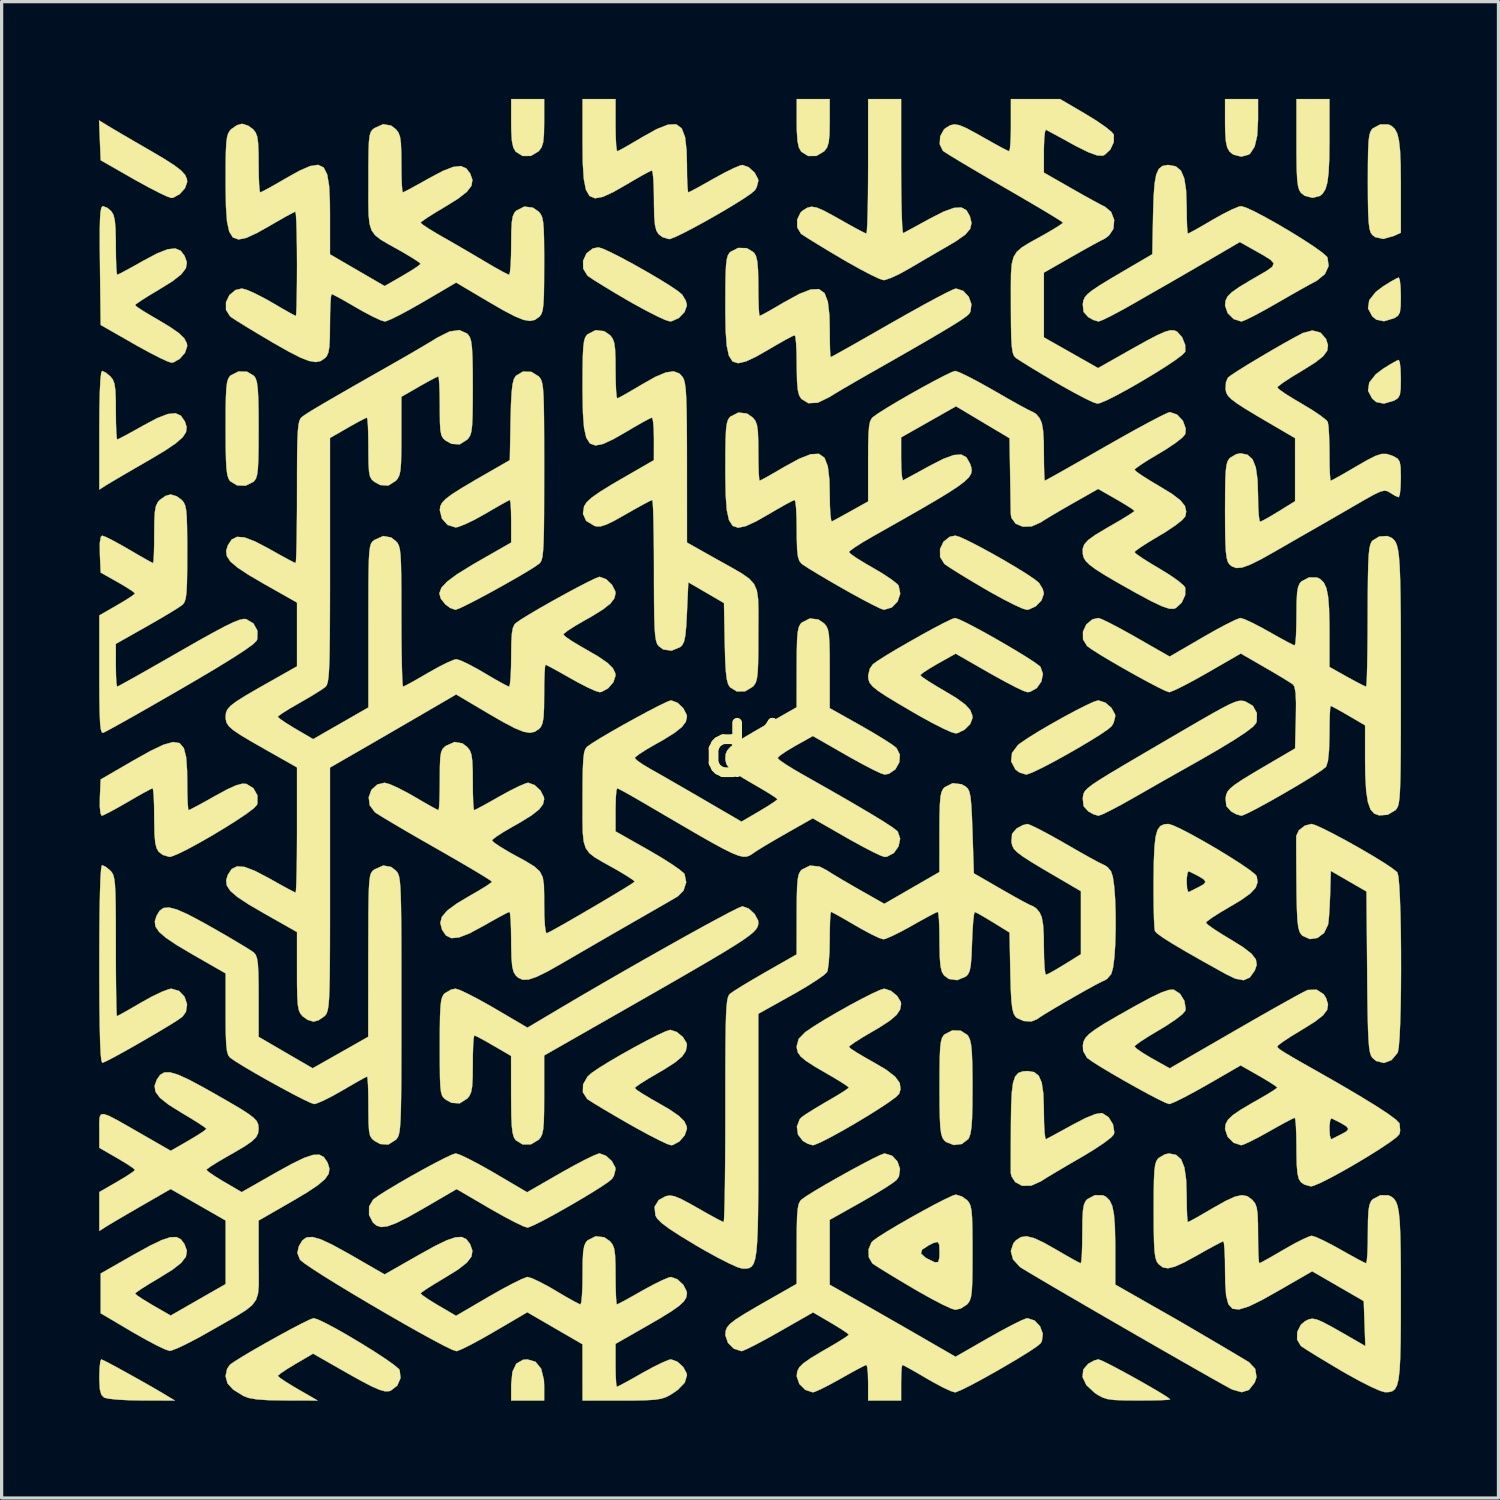
<source format=kicad_pcb>
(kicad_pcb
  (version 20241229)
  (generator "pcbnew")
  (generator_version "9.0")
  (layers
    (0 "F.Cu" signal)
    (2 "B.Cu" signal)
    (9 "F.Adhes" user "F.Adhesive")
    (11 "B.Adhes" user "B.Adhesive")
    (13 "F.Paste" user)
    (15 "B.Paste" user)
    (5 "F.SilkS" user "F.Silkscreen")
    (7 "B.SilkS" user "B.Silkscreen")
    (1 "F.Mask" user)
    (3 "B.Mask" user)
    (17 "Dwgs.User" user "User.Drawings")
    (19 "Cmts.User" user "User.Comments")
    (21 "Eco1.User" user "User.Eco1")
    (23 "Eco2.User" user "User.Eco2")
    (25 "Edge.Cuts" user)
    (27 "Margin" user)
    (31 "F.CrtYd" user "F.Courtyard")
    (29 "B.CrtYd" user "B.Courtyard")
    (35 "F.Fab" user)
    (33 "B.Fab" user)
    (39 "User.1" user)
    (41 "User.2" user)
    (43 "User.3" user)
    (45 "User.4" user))
  (footprint "d1"
    (layer "F.Cu")
    (at 20.079 20.071)
    (property "Reference" "d1" (at 0 0 0) (layer "F.SilkS") (effects (font (size 1.524 1.524) (thickness 0.3))))
    (attr through_hole)
    (fp_poly (pts (xy -6.616 18.87) (xy -6.442 19.085) (xy -6.357 19.432) (xy -6.35 19.6) (xy -6.35 20.066) (xy -7.366 20.066) (xy -7.366 19.571) (xy -7.328 19.179) (xy -7.208 18.928) (xy -7.002 18.809) (xy -6.872 18.796) (xy -6.616 18.87)) (stroke (width 0.01) (type solid)) (fill yes) (layer "F.SilkS"))
    (fp_poly (pts (xy 15.663 -19.425) (xy 15.638 -18.941) (xy 15.559 -18.601) (xy 15.423 -18.39) (xy 15.375 -18.353) (xy 15.148 -18.291) (xy 14.905 -18.352) (xy 14.787 -18.443) (xy 14.714 -18.569) (xy 14.67 -18.772) (xy 14.65 -19.087) (xy 14.647 -19.332) (xy 14.647 -20.066) (xy 15.663 -20.066) (xy 15.663 -19.425)) (stroke (width 0.01) (type solid)) (fill yes) (layer "F.SilkS"))
    (fp_poly (pts (xy -6.35 -19.346) (xy -6.356 -18.977) (xy -6.38 -18.735) (xy -6.429 -18.578) (xy -6.512 -18.465) (xy -6.519 -18.457) (xy -6.76 -18.313) (xy -7.016 -18.312) (xy -7.226 -18.443) (xy -7.3 -18.569) (xy -7.344 -18.772) (xy -7.363 -19.087) (xy -7.366 -19.332) (xy -7.366 -20.066) (xy -6.35 -20.066) (xy -6.35 -19.346)) (stroke (width 0.01) (type solid)) (fill yes) (layer "F.SilkS"))
    (fp_poly (pts (xy 2.455 -19.346) (xy 2.449 -18.977) (xy 2.425 -18.735) (xy 2.376 -18.578) (xy 2.294 -18.465) (xy 2.286 -18.457) (xy 2.045 -18.313) (xy 1.789 -18.312) (xy 1.579 -18.443) (xy 1.506 -18.569) (xy 1.462 -18.772) (xy 1.442 -19.087) (xy 1.439 -19.332) (xy 1.439 -20.066) (xy 2.455 -20.066) (xy 2.455 -19.346)) (stroke (width 0.01) (type solid)) (fill yes) (layer "F.SilkS"))
    (fp_poly (pts (xy 17.865 -18.79) (xy 17.859 -18.222) (xy 17.839 -17.797) (xy 17.801 -17.493) (xy 17.741 -17.285) (xy 17.655 -17.149) (xy 17.577 -17.083) (xy 17.349 -17.021) (xy 17.106 -17.082) (xy 16.989 -17.173) (xy 16.935 -17.256) (xy 16.897 -17.385) (xy 16.871 -17.586) (xy 16.856 -17.886) (xy 16.85 -18.311) (xy 16.849 -18.697) (xy 16.849 -20.066) (xy 17.865 -20.066) (xy 17.865 -18.79)) (stroke (width 0.01) (type solid)) (fill yes) (layer "F.SilkS"))
    (fp_poly (pts (xy 20.034 -14.485) (xy 20.057 -14.282) (xy 20.066 -13.996) (xy 20.066 -13.984) (xy 20.061 -13.674) (xy 20.037 -13.489) (xy 19.979 -13.385) (xy 19.874 -13.317) (xy 19.85 -13.306) (xy 19.546 -13.216) (xy 19.311 -13.264) (xy 19.184 -13.37) (xy 19.055 -13.612) (xy 19.092 -13.864) (xy 19.295 -14.12) (xy 19.515 -14.287) (xy 19.751 -14.434) (xy 19.93 -14.534) (xy 20.002 -14.563) (xy 20.034 -14.485)) (stroke (width 0.01) (type solid)) (fill yes) (layer "F.SilkS"))
    (fp_poly (pts (xy 20.034 -11.945) (xy 20.057 -11.742) (xy 20.066 -11.456) (xy 20.066 -11.444) (xy 20.061 -11.134) (xy 20.037 -10.949) (xy 19.979 -10.845) (xy 19.874 -10.777) (xy 19.85 -10.766) (xy 19.546 -10.676) (xy 19.311 -10.724) (xy 19.184 -10.83) (xy 19.055 -11.072) (xy 19.092 -11.324) (xy 19.295 -11.58) (xy 19.515 -11.747) (xy 19.751 -11.894) (xy 19.93 -11.994) (xy 20.002 -12.023) (xy 20.034 -11.945)) (stroke (width 0.01) (type solid)) (fill yes) (layer "F.SilkS"))
    (fp_poly (pts (xy -19.918 18.835) (xy -19.713 18.941) (xy -19.425 19.097) (xy -19.087 19.284) (xy -18.729 19.484) (xy -18.384 19.681) (xy -18.084 19.857) (xy -17.992 19.912) (xy -17.738 20.065) (xy -18.754 20.063) (xy -19.164 20.055) (xy -19.521 20.036) (xy -19.786 20.007) (xy -19.918 19.975) (xy -20.003 19.887) (xy -20.049 19.721) (xy -20.065 19.438) (xy -20.066 19.342) (xy -20.058 19.063) (xy -20.036 18.866) (xy -20.008 18.796) (xy -19.918 18.835)) (stroke (width 0.01) (type solid)) (fill yes) (layer "F.SilkS"))
    (fp_poly (pts (xy -19.795 -19.237) (xy -19.615 -19.129) (xy -19.327 -18.96) (xy -18.969 -18.751) (xy -18.579 -18.525) (xy -18.542 -18.504) (xy -18.088 -18.237) (xy -17.764 -18.031) (xy -17.55 -17.868) (xy -17.424 -17.732) (xy -17.367 -17.606) (xy -17.357 -17.51) (xy -17.425 -17.317) (xy -17.589 -17.135) (xy -17.783 -17.027) (xy -17.843 -17.018) (xy -17.968 -17.059) (xy -18.208 -17.17) (xy -18.53 -17.336) (xy -18.903 -17.54) (xy -19.008 -17.599) (xy -20.024 -18.18) (xy -20.049 -18.794) (xy -20.074 -19.407) (xy -19.795 -19.237)) (stroke (width 0.01) (type solid)) (fill yes) (layer "F.SilkS"))
    (fp_poly (pts (xy 10.845 18.835) (xy 11.059 18.939) (xy 11.351 19.092) (xy 11.689 19.275) (xy 12.041 19.471) (xy 12.375 19.662) (xy 12.659 19.83) (xy 12.862 19.957) (xy 12.952 20.026) (xy 12.954 20.03) (xy 12.875 20.044) (xy 12.659 20.055) (xy 12.341 20.061) (xy 11.959 20.063) (xy 11.529 20.06) (xy 11.229 20.048) (xy 11.02 20.02) (xy 10.863 19.969) (xy 10.719 19.89) (xy 10.626 19.827) (xy 10.37 19.59) (xy 10.251 19.34) (xy 10.276 19.107) (xy 10.428 18.931) (xy 10.613 18.83) (xy 10.74 18.796) (xy 10.845 18.835)) (stroke (width 0.01) (type solid)) (fill yes) (layer "F.SilkS"))
    (fp_poly (pts (xy 19.684 -19.283) (xy 19.778 -19.239) (xy 19.88 -19.145) (xy 19.956 -19.004) (xy 20.008 -18.79) (xy 20.042 -18.482) (xy 20.06 -18.056) (xy 20.066 -17.488) (xy 20.066 -17.376) (xy 20.066 -15.945) (xy 19.85 -15.846) (xy 19.525 -15.754) (xy 19.272 -15.811) (xy 19.183 -15.881) (xy 19.134 -15.955) (xy 19.098 -16.081) (xy 19.074 -16.283) (xy 19.059 -16.584) (xy 19.052 -17.009) (xy 19.05 -17.519) (xy 19.052 -18.065) (xy 19.058 -18.466) (xy 19.071 -18.749) (xy 19.094 -18.938) (xy 19.128 -19.058) (xy 19.176 -19.135) (xy 19.205 -19.164) (xy 19.437 -19.286) (xy 19.684 -19.283)) (stroke (width 0.01) (type solid)) (fill yes) (layer "F.SilkS"))
    (fp_poly (pts (xy 10.952 -1.456) (xy 11.144 -1.292) (xy 11.253 -1.091) (xy 11.261 -1.032) (xy 11.211 -0.837) (xy 11.155 -0.736) (xy 11.035 -0.632) (xy 10.799 -0.471) (xy 10.478 -0.271) (xy 10.104 -0.049) (xy 9.708 0.177) (xy 9.322 0.389) (xy 8.976 0.568) (xy 8.704 0.697) (xy 8.536 0.759) (xy 8.513 0.762) (xy 8.308 0.701) (xy 8.183 0.607) (xy 8.05 0.356) (xy 8.078 0.095) (xy 8.261 -0.148) (xy 8.319 -0.194) (xy 8.569 -0.365) (xy 8.899 -0.57) (xy 9.275 -0.79) (xy 9.667 -1.01) (xy 10.041 -1.211) (xy 10.366 -1.375) (xy 10.61 -1.486) (xy 10.738 -1.524) (xy 10.952 -1.456)) (stroke (width 0.01) (type solid)) (fill yes) (layer "F.SilkS"))
    (fp_poly (pts (xy -4.541 -15.452) (xy -4.291 -15.338) (xy -3.962 -15.171) (xy -3.584 -14.967) (xy -3.191 -14.745) (xy -2.814 -14.524) (xy -2.484 -14.32) (xy -2.235 -14.153) (xy -2.097 -14.039) (xy -2.095 -14.038) (xy -1.982 -13.849) (xy -1.947 -13.707) (xy -2.02 -13.499) (xy -2.197 -13.316) (xy -2.415 -13.217) (xy -2.477 -13.212) (xy -2.615 -13.255) (xy -2.867 -13.37) (xy -3.202 -13.541) (xy -3.59 -13.753) (xy -3.768 -13.854) (xy -4.166 -14.088) (xy -4.521 -14.303) (xy -4.803 -14.478) (xy -4.98 -14.597) (xy -5.016 -14.625) (xy -5.146 -14.838) (xy -5.148 -15.082) (xy -5.044 -15.306) (xy -4.852 -15.458) (xy -4.679 -15.494) (xy -4.541 -15.452)) (stroke (width 0.01) (type solid)) (fill yes) (layer "F.SilkS"))
    (fp_poly (pts (xy 6.468 -6.562) (xy 6.716 -6.448) (xy 7.045 -6.28) (xy 7.422 -6.076) (xy 7.815 -5.854) (xy 8.192 -5.632) (xy 8.521 -5.428) (xy 8.771 -5.26) (xy 8.91 -5.146) (xy 8.911 -5.144) (xy 9.025 -4.957) (xy 9.059 -4.817) (xy 8.987 -4.609) (xy 8.81 -4.426) (xy 8.591 -4.325) (xy 8.53 -4.319) (xy 8.392 -4.361) (xy 8.14 -4.475) (xy 7.805 -4.646) (xy 7.418 -4.859) (xy 7.239 -4.962) (xy 6.841 -5.197) (xy 6.486 -5.412) (xy 6.205 -5.588) (xy 6.027 -5.707) (xy 5.99 -5.736) (xy 5.86 -5.948) (xy 5.858 -6.191) (xy 5.963 -6.415) (xy 6.154 -6.568) (xy 6.33 -6.604) (xy 6.468 -6.562)) (stroke (width 0.01) (type solid)) (fill yes) (layer "F.SilkS"))
    (fp_poly (pts (xy -15.511 -11.659) (xy -15.295 -11.529) (xy -15.244 -11.45) (xy -15.206 -11.326) (xy -15.181 -11.134) (xy -15.165 -10.847) (xy -15.157 -10.442) (xy -15.155 -9.892) (xy -15.155 -9.891) (xy -15.157 -9.35) (xy -15.163 -8.953) (xy -15.177 -8.674) (xy -15.2 -8.488) (xy -15.235 -8.369) (xy -15.285 -8.293) (xy -15.31 -8.268) (xy -15.551 -8.146) (xy -15.816 -8.153) (xy -16.031 -8.283) (xy -16.083 -8.362) (xy -16.12 -8.486) (xy -16.146 -8.678) (xy -16.161 -8.965) (xy -16.169 -9.37) (xy -16.171 -9.92) (xy -16.171 -9.921) (xy -16.17 -10.462) (xy -16.163 -10.859) (xy -16.15 -11.138) (xy -16.127 -11.324) (xy -16.092 -11.443) (xy -16.042 -11.519) (xy -16.017 -11.544) (xy -15.775 -11.666) (xy -15.511 -11.659)) (stroke (width 0.01) (type solid)) (fill yes) (layer "F.SilkS"))
    (fp_poly (pts (xy 6.493 8.66) (xy 6.703 8.794) (xy 6.726 8.824) (xy 6.777 8.929) (xy 6.814 9.09) (xy 6.838 9.334) (xy 6.852 9.686) (xy 6.858 10.171) (xy 6.858 10.414) (xy 6.855 10.961) (xy 6.845 11.365) (xy 6.825 11.65) (xy 6.794 11.842) (xy 6.749 11.966) (xy 6.726 12.004) (xy 6.529 12.155) (xy 6.279 12.185) (xy 6.042 12.092) (xy 5.982 12.037) (xy 5.93 11.958) (xy 5.893 11.834) (xy 5.867 11.642) (xy 5.852 11.355) (xy 5.844 10.95) (xy 5.842 10.4) (xy 5.842 10.399) (xy 5.844 9.858) (xy 5.85 9.461) (xy 5.863 9.182) (xy 5.887 8.996) (xy 5.922 8.877) (xy 5.971 8.801) (xy 5.997 8.776) (xy 6.236 8.652) (xy 6.493 8.66)) (stroke (width 0.01) (type solid)) (fill yes) (layer "F.SilkS"))
    (fp_poly (pts (xy -19.865 -11.629) (xy -19.727 -11.515) (xy -19.65 -11.417) (xy -19.6 -11.287) (xy -19.572 -11.089) (xy -19.56 -10.785) (xy -19.558 -10.456) (xy -19.554 -10.091) (xy -19.544 -9.799) (xy -19.529 -9.614) (xy -19.515 -9.567) (xy -19.428 -9.607) (xy -19.227 -9.713) (xy -18.945 -9.868) (xy -18.711 -10) (xy -18.277 -10.23) (xy -17.953 -10.355) (xy -17.718 -10.379) (xy -17.551 -10.302) (xy -17.43 -10.127) (xy -17.425 -10.115) (xy -17.374 -9.95) (xy -17.393 -9.796) (xy -17.497 -9.637) (xy -17.703 -9.456) (xy -18.026 -9.236) (xy -18.482 -8.963) (xy -18.595 -8.898) (xy -18.996 -8.666) (xy -19.358 -8.455) (xy -19.649 -8.284) (xy -19.837 -8.171) (xy -19.875 -8.147) (xy -20.066 -8.024) (xy -20.066 -9.854) (xy -20.062 -10.507) (xy -20.051 -11.026) (xy -20.033 -11.4) (xy -20.008 -11.622) (xy -19.981 -11.684) (xy -19.865 -11.629)) (stroke (width 0.01) (type solid)) (fill yes) (layer "F.SilkS"))
    (fp_poly (pts (xy 15.222 -1.504) (xy 15.27 -1.492) (xy 15.501 -1.359) (xy 15.627 -1.135) (xy 15.622 -0.875) (xy 15.602 -0.822) (xy 15.506 -0.711) (xy 15.29 -0.545) (xy 14.948 -0.32) (xy 14.474 -0.031) (xy 13.861 0.324) (xy 13.103 0.751) (xy 13.085 0.762) (xy 12.88 0.877) (xy 12.571 1.053) (xy 12.199 1.265) (xy 11.806 1.49) (xy 11.44 1.695) (xy 11.121 1.864) (xy 10.88 1.982) (xy 10.748 2.031) (xy 10.741 2.032) (xy 10.586 1.986) (xy 10.428 1.897) (xy 10.284 1.736) (xy 10.26 1.505) (xy 10.261 1.495) (xy 10.27 1.412) (xy 10.288 1.339) (xy 10.331 1.266) (xy 10.414 1.182) (xy 10.55 1.076) (xy 10.756 0.938) (xy 11.046 0.758) (xy 11.434 0.526) (xy 11.936 0.23) (xy 12.566 -0.139) (xy 12.7 -0.217) (xy 13.34 -0.591) (xy 13.85 -0.888) (xy 14.248 -1.116) (xy 14.551 -1.283) (xy 14.775 -1.398) (xy 14.937 -1.469) (xy 15.055 -1.505) (xy 15.144 -1.514) (xy 15.222 -1.504)) (stroke (width 0.01) (type solid)) (fill yes) (layer "F.SilkS"))
    (fp_poly (pts (xy -2.26 8.701) (xy -2.072 8.856) (xy -1.958 9.042) (xy -1.947 9.107) (xy -1.981 9.285) (xy -2.095 9.456) (xy -2.313 9.64) (xy -2.656 9.86) (xy -2.836 9.964) (xy -3.142 10.143) (xy -3.384 10.295) (xy -3.528 10.398) (xy -3.555 10.429) (xy -3.487 10.493) (xy -3.302 10.615) (xy -3.036 10.773) (xy -2.908 10.845) (xy -2.486 11.089) (xy -2.201 11.285) (xy -2.031 11.452) (xy -1.956 11.606) (xy -1.947 11.684) (xy -2.016 11.888) (xy -2.179 12.076) (xy -2.377 12.184) (xy -2.437 12.192) (xy -2.56 12.152) (xy -2.799 12.04) (xy -3.127 11.872) (xy -3.513 11.662) (xy -3.736 11.536) (xy -4.143 11.301) (xy -4.505 11.088) (xy -4.793 10.914) (xy -4.979 10.796) (xy -5.025 10.763) (xy -5.156 10.559) (xy -5.148 10.315) (xy -5.009 10.073) (xy -4.889 9.966) (xy -4.651 9.804) (xy -4.33 9.606) (xy -3.958 9.389) (xy -3.568 9.171) (xy -3.191 8.969) (xy -2.861 8.801) (xy -2.608 8.684) (xy -2.465 8.636) (xy -2.458 8.636) (xy -2.26 8.701)) (stroke (width 0.01) (type solid)) (fill yes) (layer "F.SilkS"))
    (fp_poly (pts (xy 8.759 9.938) (xy 8.9 10.049) (xy 8.992 10.26) (xy 9.042 10.593) (xy 9.059 11.068) (xy 9.059 11.16) (xy 9.065 11.518) (xy 9.08 11.8) (xy 9.103 11.972) (xy 9.123 12.009) (xy 9.22 11.958) (xy 9.43 11.844) (xy 9.718 11.686) (xy 9.93 11.57) (xy 10.344 11.355) (xy 10.64 11.234) (xy 10.832 11.202) (xy 10.868 11.208) (xy 11.056 11.331) (xy 11.19 11.549) (xy 11.23 11.788) (xy 11.217 11.859) (xy 11.128 11.957) (xy 10.92 12.116) (xy 10.621 12.316) (xy 10.261 12.536) (xy 10.177 12.584) (xy 9.789 12.809) (xy 9.436 13.017) (xy 9.153 13.187) (xy 8.977 13.298) (xy 8.962 13.308) (xy 8.667 13.439) (xy 8.385 13.442) (xy 8.176 13.329) (xy 8.066 13.159) (xy 8.039 13.054) (xy 8.039 12.923) (xy 8.039 12.656) (xy 8.04 12.285) (xy 8.042 11.841) (xy 8.043 11.559) (xy 8.051 10.989) (xy 8.071 10.565) (xy 8.109 10.268) (xy 8.174 10.075) (xy 8.271 9.965) (xy 8.407 9.916) (xy 8.56 9.906) (xy 8.759 9.938)) (stroke (width 0.01) (type solid)) (fill yes) (layer "F.SilkS"))
    (fp_poly (pts (xy -13.317 17.57) (xy -13.069 17.689) (xy -12.742 17.864) (xy -12.367 18.078) (xy -11.975 18.313) (xy -11.595 18.549) (xy -11.259 18.769) (xy -10.996 18.954) (xy -10.837 19.086) (xy -10.806 19.126) (xy -10.778 19.373) (xy -10.88 19.605) (xy -11.08 19.76) (xy -11.132 19.777) (xy -11.254 19.781) (xy -11.428 19.733) (xy -11.676 19.624) (xy -12.022 19.443) (xy -12.412 19.225) (xy -13.475 18.619) (xy -14.019 18.937) (xy -14.281 19.096) (xy -14.474 19.226) (xy -14.561 19.3) (xy -14.563 19.306) (xy -14.494 19.368) (xy -14.313 19.491) (xy -14.052 19.651) (xy -13.949 19.711) (xy -13.335 20.065) (xy -14.351 20.062) (xy -14.849 20.054) (xy -15.207 20.03) (xy -15.457 19.986) (xy -15.621 19.925) (xy -15.938 19.728) (xy -16.113 19.536) (xy -16.171 19.322) (xy -16.171 19.301) (xy -16.126 19.089) (xy -16.04 18.962) (xy -15.886 18.854) (xy -15.627 18.693) (xy -15.294 18.496) (xy -14.918 18.282) (xy -14.529 18.065) (xy -14.159 17.864) (xy -13.837 17.696) (xy -13.596 17.578) (xy -13.465 17.527) (xy -13.457 17.526) (xy -13.317 17.57)) (stroke (width 0.01) (type solid)) (fill yes) (layer "F.SilkS"))
    (fp_poly (pts (xy -19.865 3.611) (xy -19.727 3.725) (xy -19.675 3.785) (xy -19.635 3.863) (xy -19.606 3.979) (xy -19.585 4.154) (xy -19.571 4.41) (xy -19.563 4.767) (xy -19.559 5.246) (xy -19.558 5.868) (xy -19.558 6.054) (xy -19.557 6.638) (xy -19.553 7.163) (xy -19.547 7.605) (xy -19.54 7.942) (xy -19.532 8.151) (xy -19.524 8.213) (xy -19.441 8.172) (xy -19.245 8.064) (xy -18.97 7.906) (xy -18.77 7.789) (xy -18.439 7.606) (xy -18.141 7.463) (xy -17.919 7.38) (xy -17.844 7.366) (xy -17.605 7.437) (xy -17.438 7.614) (xy -17.361 7.847) (xy -17.396 8.083) (xy -17.505 8.23) (xy -17.638 8.325) (xy -17.878 8.477) (xy -18.194 8.668) (xy -18.555 8.88) (xy -18.931 9.097) (xy -19.29 9.3) (xy -19.603 9.472) (xy -19.838 9.594) (xy -19.966 9.65) (xy -19.975 9.652) (xy -20.002 9.584) (xy -20.024 9.377) (xy -20.041 9.026) (xy -20.053 8.524) (xy -20.062 7.867) (xy -20.066 7.048) (xy -20.066 6.604) (xy -20.064 5.715) (xy -20.057 4.972) (xy -20.045 4.381) (xy -20.03 3.946) (xy -20.01 3.67) (xy -19.986 3.558) (xy -19.981 3.556) (xy -19.865 3.611)) (stroke (width 0.01) (type solid)) (fill yes) (layer "F.SilkS"))
    (fp_poly (pts (xy -4.446 12.516) (xy -4.263 12.682) (xy -4.156 12.879) (xy -4.149 12.938) (xy -4.199 13.133) (xy -4.255 13.227) (xy -4.37 13.324) (xy -4.601 13.48) (xy -4.915 13.677) (xy -5.283 13.897) (xy -5.673 14.123) (xy -6.054 14.337) (xy -6.395 14.521) (xy -6.666 14.656) (xy -6.835 14.726) (xy -6.865 14.732) (xy -6.991 14.691) (xy -7.23 14.578) (xy -7.552 14.41) (xy -7.925 14.201) (xy -8.033 14.139) (xy -9.049 13.545) (xy -10.068 14.139) (xy -10.547 14.409) (xy -10.909 14.591) (xy -11.176 14.691) (xy -11.372 14.715) (xy -11.52 14.669) (xy -11.629 14.577) (xy -11.749 14.341) (xy -11.747 14.082) (xy -11.624 13.87) (xy -11.62 13.866) (xy -11.462 13.751) (xy -11.199 13.584) (xy -10.864 13.383) (xy -10.487 13.165) (xy -10.099 12.949) (xy -9.733 12.752) (xy -9.419 12.59) (xy -9.189 12.483) (xy -9.078 12.446) (xy -8.947 12.487) (xy -8.704 12.601) (xy -8.379 12.77) (xy -8.004 12.98) (xy -7.894 13.044) (xy -6.875 13.643) (xy -5.834 13.044) (xy -5.447 12.828) (xy -5.103 12.647) (xy -4.833 12.516) (xy -4.666 12.45) (xy -4.64 12.446) (xy -4.446 12.516)) (stroke (width 0.01) (type solid)) (fill yes) (layer "F.SilkS"))
    (fp_poly (pts (xy -19.811 -16.706) (xy -19.698 -16.609) (xy -19.632 -16.502) (xy -19.59 -16.332) (xy -19.567 -16.067) (xy -19.558 -15.673) (xy -19.558 -15.551) (xy -19.554 -15.183) (xy -19.544 -14.887) (xy -19.529 -14.698) (xy -19.515 -14.647) (xy -19.428 -14.687) (xy -19.227 -14.793) (xy -18.945 -14.948) (xy -18.711 -15.08) (xy -18.28 -15.309) (xy -17.958 -15.434) (xy -17.725 -15.46) (xy -17.557 -15.389) (xy -17.437 -15.231) (xy -17.367 -15.033) (xy -17.397 -14.85) (xy -17.54 -14.662) (xy -17.811 -14.449) (xy -18.205 -14.205) (xy -18.519 -14.017) (xy -18.77 -13.858) (xy -18.927 -13.749) (xy -18.965 -13.713) (xy -18.897 -13.652) (xy -18.714 -13.532) (xy -18.449 -13.372) (xy -18.317 -13.296) (xy -17.899 -13.047) (xy -17.614 -12.849) (xy -17.444 -12.683) (xy -17.367 -12.531) (xy -17.357 -12.446) (xy -17.424 -12.244) (xy -17.587 -12.056) (xy -17.783 -11.946) (xy -17.843 -11.938) (xy -17.968 -11.979) (xy -18.208 -12.09) (xy -18.53 -12.256) (xy -18.903 -12.46) (xy -19.008 -12.52) (xy -20.024 -13.101) (xy -20.046 -14.932) (xy -20.052 -15.55) (xy -20.052 -16.017) (xy -20.045 -16.353) (xy -20.03 -16.575) (xy -20.006 -16.705) (xy -19.972 -16.759) (xy -19.954 -16.764) (xy -19.811 -16.706)) (stroke (width 0.01) (type solid)) (fill yes) (layer "F.SilkS"))
    (fp_poly (pts (xy 6.534 13.774) (xy 6.689 13.885) (xy 6.751 13.959) (xy 6.796 14.056) (xy 6.826 14.201) (xy 6.845 14.423) (xy 6.854 14.746) (xy 6.858 15.198) (xy 6.858 15.494) (xy 6.857 16.024) (xy 6.851 16.411) (xy 6.837 16.682) (xy 6.813 16.864) (xy 6.776 16.983) (xy 6.723 17.065) (xy 6.689 17.103) (xy 6.496 17.228) (xy 6.329 17.267) (xy 6.192 17.224) (xy 5.94 17.108) (xy 5.606 16.934) (xy 5.218 16.718) (xy 5.019 16.602) (xy 4.62 16.365) (xy 4.266 16.151) (xy 3.986 15.978) (xy 3.81 15.863) (xy 3.77 15.834) (xy 3.662 15.649) (xy 3.658 15.53) (xy 5.27 15.53) (xy 5.401 15.653) (xy 5.482 15.7) (xy 5.696 15.802) (xy 5.802 15.795) (xy 5.839 15.655) (xy 5.842 15.494) (xy 5.835 15.262) (xy 5.786 15.174) (xy 5.655 15.206) (xy 5.499 15.285) (xy 5.302 15.414) (xy 5.27 15.53) (xy 3.658 15.53) (xy 3.653 15.408) (xy 3.741 15.192) (xy 3.789 15.141) (xy 3.957 15.02) (xy 4.227 14.849) (xy 4.568 14.646) (xy 4.948 14.427) (xy 5.337 14.211) (xy 5.703 14.014) (xy 6.015 13.855) (xy 6.241 13.75) (xy 6.346 13.716) (xy 6.534 13.774)) (stroke (width 0.01) (type solid)) (fill yes) (layer "F.SilkS"))
    (fp_poly (pts (xy -17.591 -0.207) (xy -17.461 -0.053) (xy -17.389 0.227) (xy -17.36 0.641) (xy -17.357 0.959) (xy -17.353 1.327) (xy -17.343 1.623) (xy -17.328 1.812) (xy -17.314 1.863) (xy -17.227 1.823) (xy -17.026 1.717) (xy -16.744 1.562) (xy -16.51 1.43) (xy -16.125 1.221) (xy -15.851 1.096) (xy -15.659 1.045) (xy -15.534 1.051) (xy -15.317 1.182) (xy -15.192 1.403) (xy -15.191 1.652) (xy -15.209 1.702) (xy -15.31 1.808) (xy -15.53 1.973) (xy -15.84 2.181) (xy -16.207 2.412) (xy -16.603 2.65) (xy -16.996 2.874) (xy -17.355 3.069) (xy -17.651 3.214) (xy -17.852 3.293) (xy -17.903 3.302) (xy -18.108 3.241) (xy -18.233 3.147) (xy -18.298 3.04) (xy -18.341 2.87) (xy -18.364 2.605) (xy -18.372 2.211) (xy -18.373 2.089) (xy -18.377 1.721) (xy -18.389 1.425) (xy -18.407 1.236) (xy -18.423 1.185) (xy -18.513 1.226) (xy -18.715 1.334) (xy -18.994 1.493) (xy -19.193 1.609) (xy -19.508 1.789) (xy -19.77 1.931) (xy -19.945 2.016) (xy -19.993 2.032) (xy -20.031 1.954) (xy -20.051 1.749) (xy -20.049 1.473) (xy -20.024 0.914) (xy -19.018 0.33) (xy -18.493 0.036) (xy -18.091 -0.156) (xy -17.795 -0.239) (xy -17.591 -0.207)) (stroke (width 0.01) (type solid)) (fill yes) (layer "F.SilkS"))
    (fp_poly (pts (xy 4.657 -17.985) (xy 4.659 -17.413) (xy 4.666 -16.904) (xy 4.677 -16.479) (xy 4.69 -16.162) (xy 4.707 -15.974) (xy 4.72 -15.931) (xy 4.817 -15.982) (xy 5.027 -16.096) (xy 5.316 -16.254) (xy 5.527 -16.37) (xy 5.961 -16.592) (xy 6.283 -16.71) (xy 6.513 -16.724) (xy 6.672 -16.638) (xy 6.778 -16.454) (xy 6.828 -16.243) (xy 6.786 -16.062) (xy 6.634 -15.885) (xy 6.352 -15.686) (xy 6.154 -15.568) (xy 5.764 -15.342) (xy 5.323 -15.085) (xy 4.926 -14.851) (xy 4.921 -14.848) (xy 4.614 -14.678) (xy 4.342 -14.551) (xy 4.153 -14.487) (xy 4.117 -14.483) (xy 3.984 -14.526) (xy 3.736 -14.642) (xy 3.404 -14.816) (xy 3.018 -15.031) (xy 2.817 -15.148) (xy 2.418 -15.385) (xy 2.065 -15.599) (xy 1.785 -15.772) (xy 1.608 -15.887) (xy 1.568 -15.916) (xy 1.455 -16.107) (xy 1.452 -16.347) (xy 1.555 -16.565) (xy 1.628 -16.632) (xy 1.764 -16.715) (xy 1.894 -16.747) (xy 2.052 -16.721) (xy 2.271 -16.628) (xy 2.585 -16.459) (xy 2.794 -16.341) (xy 3.11 -16.163) (xy 3.37 -16.021) (xy 3.541 -15.935) (xy 3.587 -15.917) (xy 3.602 -15.998) (xy 3.615 -16.225) (xy 3.626 -16.576) (xy 3.635 -17.028) (xy 3.639 -17.557) (xy 3.641 -17.992) (xy 3.641 -20.066) (xy 4.657 -20.066) (xy 4.657 -17.985)) (stroke (width 0.01) (type solid)) (fill yes) (layer "F.SilkS"))
    (fp_poly (pts (xy 6.444 -4.022) (xy 6.682 -3.909) (xy 7.003 -3.741) (xy 7.375 -3.537) (xy 7.767 -3.313) (xy 8.149 -3.089) (xy 8.49 -2.881) (xy 8.759 -2.707) (xy 8.926 -2.585) (xy 8.957 -2.553) (xy 9.03 -2.34) (xy 8.981 -2.105) (xy 8.839 -1.902) (xy 8.632 -1.787) (xy 8.55 -1.778) (xy 8.43 -1.818) (xy 8.194 -1.929) (xy 7.874 -2.096) (xy 7.5 -2.301) (xy 7.376 -2.372) (xy 6.339 -2.966) (xy 5.794 -2.661) (xy 5.531 -2.506) (xy 5.337 -2.38) (xy 5.251 -2.305) (xy 5.25 -2.3) (xy 5.318 -2.237) (xy 5.504 -2.112) (xy 5.773 -1.946) (xy 5.972 -1.83) (xy 6.369 -1.591) (xy 6.632 -1.398) (xy 6.786 -1.23) (xy 6.851 -1.065) (xy 6.858 -0.979) (xy 6.787 -0.793) (xy 6.614 -0.621) (xy 6.404 -0.518) (xy 6.329 -0.509) (xy 6.191 -0.551) (xy 5.939 -0.665) (xy 5.604 -0.836) (xy 5.217 -1.049) (xy 5.038 -1.152) (xy 4.551 -1.438) (xy 4.192 -1.656) (xy 3.942 -1.822) (xy 3.781 -1.953) (xy 3.69 -2.063) (xy 3.65 -2.169) (xy 3.641 -2.286) (xy 3.641 -2.286) (xy 3.694 -2.505) (xy 3.789 -2.639) (xy 3.946 -2.752) (xy 4.207 -2.917) (xy 4.54 -3.117) (xy 4.915 -3.333) (xy 5.299 -3.55) (xy 5.663 -3.749) (xy 5.975 -3.912) (xy 6.204 -4.023) (xy 6.319 -4.064) (xy 6.444 -4.022)) (stroke (width 0.01) (type solid)) (fill yes) (layer "F.SilkS"))
    (fp_poly (pts (xy 17.444 2.328) (xy 17.694 2.442) (xy 18.025 2.61) (xy 18.405 2.814) (xy 18.803 3.038) (xy 19.187 3.262) (xy 19.525 3.469) (xy 19.787 3.642) (xy 19.941 3.763) (xy 19.96 3.784) (xy 19.991 3.909) (xy 20.016 4.177) (xy 20.037 4.564) (xy 20.054 5.044) (xy 20.065 5.591) (xy 20.071 6.18) (xy 20.072 6.785) (xy 20.069 7.38) (xy 20.06 7.941) (xy 20.046 8.442) (xy 20.027 8.857) (xy 20.003 9.16) (xy 19.974 9.327) (xy 19.969 9.34) (xy 19.779 9.568) (xy 19.546 9.656) (xy 19.308 9.596) (xy 19.19 9.497) (xy 19.149 9.435) (xy 19.116 9.336) (xy 19.09 9.182) (xy 19.071 8.955) (xy 19.056 8.634) (xy 19.045 8.203) (xy 19.036 7.641) (xy 19.029 6.93) (xy 19.029 6.856) (xy 19.008 4.369) (xy 18.457 4.051) (xy 17.907 3.733) (xy 17.886 4.47) (xy 17.871 4.829) (xy 17.851 5.14) (xy 17.829 5.352) (xy 17.822 5.392) (xy 17.699 5.647) (xy 17.497 5.8) (xy 17.261 5.836) (xy 17.038 5.736) (xy 16.994 5.693) (xy 16.942 5.608) (xy 16.904 5.468) (xy 16.878 5.248) (xy 16.862 4.923) (xy 16.852 4.468) (xy 16.849 4.148) (xy 16.845 3.674) (xy 16.843 3.256) (xy 16.842 2.926) (xy 16.842 2.713) (xy 16.843 2.652) (xy 16.925 2.479) (xy 17.106 2.339) (xy 17.306 2.286) (xy 17.444 2.328)) (stroke (width 0.01) (type solid)) (fill yes) (layer "F.SilkS"))
    (fp_poly (pts (xy 13.04 2.329) (xy 13.292 2.445) (xy 13.622 2.617) (xy 13.999 2.827) (xy 14.396 3.058) (xy 14.781 3.293) (xy 15.126 3.513) (xy 15.401 3.702) (xy 15.576 3.842) (xy 15.623 3.9) (xy 15.649 4.084) (xy 15.589 4.254) (xy 15.424 4.431) (xy 15.137 4.635) (xy 14.812 4.829) (xy 14.497 5.015) (xy 14.246 5.175) (xy 14.091 5.289) (xy 14.055 5.331) (xy 14.123 5.399) (xy 14.308 5.531) (xy 14.579 5.704) (xy 14.809 5.842) (xy 15.206 6.089) (xy 15.464 6.29) (xy 15.597 6.464) (xy 15.623 6.632) (xy 15.562 6.808) (xy 15.407 7.022) (xy 15.219 7.104) (xy 14.968 7.058) (xy 14.681 6.921) (xy 13.988 6.535) (xy 13.438 6.222) (xy 13.02 5.975) (xy 12.728 5.79) (xy 12.552 5.662) (xy 12.484 5.588) (xy 12.468 5.464) (xy 12.455 5.202) (xy 12.446 4.832) (xy 12.442 4.386) (xy 12.443 4.064) (xy 13.462 4.064) (xy 13.475 4.273) (xy 13.509 4.382) (xy 13.525 4.386) (xy 13.641 4.329) (xy 13.822 4.238) (xy 13.984 4.148) (xy 14.043 4.073) (xy 13.987 3.991) (xy 13.801 3.88) (xy 13.525 3.742) (xy 13.487 3.797) (xy 13.464 3.972) (xy 13.462 4.064) (xy 12.443 4.064) (xy 12.443 4.025) (xy 12.451 3.436) (xy 12.47 2.995) (xy 12.505 2.681) (xy 12.562 2.475) (xy 12.647 2.354) (xy 12.764 2.298) (xy 12.896 2.286) (xy 13.04 2.329)) (stroke (width 0.01) (type solid)) (fill yes) (layer "F.SilkS"))
    (fp_poly (pts (xy 4.34 7.43) (xy 4.531 7.585) (xy 4.646 7.771) (xy 4.657 7.837) (xy 4.626 8.009) (xy 4.518 8.173) (xy 4.311 8.351) (xy 3.982 8.565) (xy 3.771 8.688) (xy 3.464 8.869) (xy 3.222 9.023) (xy 3.076 9.128) (xy 3.048 9.161) (xy 3.118 9.224) (xy 3.305 9.346) (xy 3.577 9.506) (xy 3.774 9.616) (xy 4.196 9.864) (xy 4.471 10.077) (xy 4.614 10.271) (xy 4.64 10.463) (xy 4.596 10.608) (xy 4.498 10.706) (xy 4.281 10.865) (xy 3.976 11.067) (xy 3.613 11.295) (xy 3.221 11.53) (xy 2.832 11.754) (xy 2.476 11.949) (xy 2.184 12.098) (xy 1.985 12.181) (xy 1.93 12.192) (xy 1.778 12.146) (xy 1.628 12.06) (xy 1.478 11.865) (xy 1.444 11.618) (xy 1.531 11.39) (xy 1.587 11.33) (xy 1.727 11.232) (xy 1.97 11.079) (xy 2.273 10.898) (xy 2.391 10.83) (xy 2.681 10.66) (xy 2.906 10.52) (xy 3.031 10.432) (xy 3.046 10.414) (xy 2.977 10.356) (xy 2.794 10.237) (xy 2.53 10.078) (xy 2.391 9.998) (xy 1.996 9.768) (xy 1.727 9.594) (xy 1.561 9.457) (xy 1.474 9.333) (xy 1.442 9.202) (xy 1.439 9.135) (xy 1.499 8.913) (xy 1.698 8.709) (xy 1.714 8.697) (xy 1.965 8.527) (xy 2.294 8.323) (xy 2.67 8.103) (xy 3.061 7.883) (xy 3.436 7.682) (xy 3.762 7.517) (xy 4.006 7.406) (xy 4.137 7.366) (xy 4.34 7.43)) (stroke (width 0.01) (type solid)) (fill yes) (layer "F.SilkS"))
    (fp_poly (pts (xy 10.879 13.737) (xy 10.973 13.781) (xy 11.086 13.891) (xy 11.167 14.063) (xy 11.22 14.323) (xy 11.249 14.696) (xy 11.26 15.205) (xy 11.261 15.352) (xy 11.261 16.491) (xy 12.044 16.937) (xy 12.398 17.139) (xy 12.724 17.324) (xy 12.977 17.468) (xy 13.081 17.527) (xy 13.301 17.654) (xy 13.61 17.835) (xy 13.974 18.048) (xy 14.357 18.273) (xy 14.725 18.49) (xy 15.044 18.68) (xy 15.279 18.82) (xy 15.383 18.883) (xy 15.575 19.087) (xy 15.616 19.342) (xy 15.562 19.508) (xy 15.384 19.736) (xy 15.161 19.808) (xy 14.874 19.728) (xy 14.817 19.699) (xy 14.599 19.58) (xy 14.267 19.394) (xy 13.842 19.153) (xy 13.342 18.868) (xy 12.785 18.549) (xy 12.191 18.208) (xy 11.579 17.855) (xy 10.968 17.502) (xy 10.377 17.159) (xy 9.825 16.838) (xy 9.33 16.549) (xy 8.913 16.303) (xy 8.591 16.112) (xy 8.384 15.986) (xy 8.319 15.943) (xy 8.108 15.712) (xy 8.041 15.456) (xy 8.121 15.213) (xy 8.198 15.126) (xy 8.35 15.026) (xy 8.525 15) (xy 8.753 15.056) (xy 9.062 15.2) (xy 9.432 15.409) (xy 9.742 15.589) (xy 9.994 15.731) (xy 10.156 15.817) (xy 10.197 15.833) (xy 10.216 15.754) (xy 10.232 15.54) (xy 10.242 15.226) (xy 10.245 14.914) (xy 10.249 14.495) (xy 10.264 14.211) (xy 10.295 14.029) (xy 10.347 13.914) (xy 10.399 13.856) (xy 10.632 13.734) (xy 10.879 13.737)) (stroke (width 0.01) (type solid)) (fill yes) (layer "F.SilkS"))
    (fp_poly (pts (xy -4.149 -19.262) (xy -4.144 -18.916) (xy -4.13 -18.645) (xy -4.11 -18.485) (xy -4.097 -18.457) (xy -4.007 -18.498) (xy -3.806 -18.609) (xy -3.53 -18.77) (xy -3.344 -18.881) (xy -2.884 -19.138) (xy -2.533 -19.277) (xy -2.279 -19.288) (xy -2.108 -19.163) (xy -2.005 -18.894) (xy -1.957 -18.473) (xy -1.947 -18.057) (xy -1.944 -17.697) (xy -1.933 -17.409) (xy -1.919 -17.23) (xy -1.906 -17.187) (xy -1.82 -17.227) (xy -1.62 -17.333) (xy -1.341 -17.489) (xy -1.126 -17.611) (xy -0.798 -17.791) (xy -0.511 -17.933) (xy -0.306 -18.018) (xy -0.236 -18.034) (xy -0.043 -17.964) (xy 0.139 -17.799) (xy 0.246 -17.601) (xy 0.254 -17.542) (xy 0.203 -17.347) (xy 0.148 -17.253) (xy 0.027 -17.15) (xy -0.21 -16.989) (xy -0.531 -16.789) (xy -0.904 -16.567) (xy -1.299 -16.341) (xy -1.685 -16.129) (xy -2.03 -15.948) (xy -2.302 -15.816) (xy -2.472 -15.752) (xy -2.497 -15.748) (xy -2.699 -15.809) (xy -2.823 -15.903) (xy -2.889 -16.01) (xy -2.931 -16.18) (xy -2.955 -16.445) (xy -2.963 -16.839) (xy -2.963 -16.961) (xy -2.969 -17.329) (xy -2.984 -17.625) (xy -3.006 -17.814) (xy -3.027 -17.865) (xy -3.122 -17.823) (xy -3.327 -17.713) (xy -3.607 -17.552) (xy -3.794 -17.441) (xy -4.213 -17.201) (xy -4.538 -17.052) (xy -4.78 -17.007) (xy -4.951 -17.077) (xy -5.062 -17.272) (xy -5.127 -17.603) (xy -5.158 -18.082) (xy -5.165 -18.697) (xy -5.165 -20.066) (xy -4.149 -20.066) (xy -4.149 -19.262)) (stroke (width 0.01) (type solid)) (fill yes) (layer "F.SilkS"))
    (fp_poly (pts (xy -6.747 -11.655) (xy -6.519 -11.515) (xy -6.473 -11.461) (xy -6.436 -11.393) (xy -6.407 -11.29) (xy -6.385 -11.136) (xy -6.37 -10.911) (xy -6.36 -10.598) (xy -6.354 -10.178) (xy -6.351 -9.634) (xy -6.35 -8.945) (xy -6.35 -8.607) (xy -6.351 -7.849) (xy -6.353 -7.242) (xy -6.358 -6.77) (xy -6.367 -6.413) (xy -6.381 -6.154) (xy -6.4 -5.975) (xy -6.426 -5.859) (xy -6.459 -5.787) (xy -6.498 -5.744) (xy -6.651 -5.636) (xy -6.91 -5.476) (xy -7.244 -5.281) (xy -7.621 -5.067) (xy -8.01 -4.852) (xy -8.382 -4.652) (xy -8.705 -4.486) (xy -8.947 -4.369) (xy -9.079 -4.319) (xy -9.086 -4.318) (xy -9.249 -4.375) (xy -9.398 -4.487) (xy -9.537 -4.661) (xy -9.581 -4.826) (xy -9.518 -4.998) (xy -9.338 -5.19) (xy -9.03 -5.417) (xy -8.582 -5.694) (xy -8.386 -5.808) (xy -7.366 -6.392) (xy -7.366 -7.048) (xy -7.371 -7.358) (xy -7.383 -7.588) (xy -7.401 -7.7) (xy -7.406 -7.705) (xy -7.491 -7.664) (xy -7.688 -7.556) (xy -7.964 -7.397) (xy -8.162 -7.281) (xy -8.492 -7.098) (xy -8.789 -6.955) (xy -9.009 -6.871) (xy -9.083 -6.858) (xy -9.327 -6.934) (xy -9.502 -7.13) (xy -9.567 -7.391) (xy -9.553 -7.508) (xy -9.498 -7.618) (xy -9.382 -7.739) (xy -9.185 -7.886) (xy -8.887 -8.075) (xy -8.468 -8.323) (xy -8.255 -8.446) (xy -7.408 -8.933) (xy -7.385 -10.157) (xy -7.372 -10.662) (xy -7.352 -11.025) (xy -7.324 -11.272) (xy -7.283 -11.431) (xy -7.227 -11.528) (xy -7.223 -11.532) (xy -7.003 -11.664) (xy -6.747 -11.655)) (stroke (width 0.01) (type solid)) (fill yes) (layer "F.SilkS"))
    (fp_poly (pts (xy -0.101 -15.469) (xy 0.114 -15.339) (xy 0.18 -15.232) (xy 0.222 -15.062) (xy 0.245 -14.797) (xy 0.254 -14.403) (xy 0.254 -14.281) (xy 0.257 -13.913) (xy 0.267 -13.617) (xy 0.281 -13.428) (xy 0.294 -13.377) (xy 0.379 -13.418) (xy 0.576 -13.526) (xy 0.852 -13.685) (xy 1.05 -13.801) (xy 1.516 -14.056) (xy 1.869 -14.194) (xy 2.124 -14.206) (xy 2.296 -14.083) (xy 2.398 -13.817) (xy 2.446 -13.399) (xy 2.455 -12.977) (xy 2.458 -12.617) (xy 2.465 -12.329) (xy 2.476 -12.15) (xy 2.485 -12.107) (xy 2.564 -12.148) (xy 2.769 -12.261) (xy 3.082 -12.436) (xy 3.48 -12.662) (xy 3.946 -12.928) (xy 4.362 -13.166) (xy 4.874 -13.456) (xy 5.342 -13.716) (xy 5.746 -13.934) (xy 6.063 -14.099) (xy 6.273 -14.198) (xy 6.348 -14.224) (xy 6.572 -14.152) (xy 6.741 -13.973) (xy 6.825 -13.741) (xy 6.795 -13.511) (xy 6.756 -13.446) (xy 6.683 -13.378) (xy 6.537 -13.273) (xy 6.305 -13.124) (xy 5.976 -12.925) (xy 5.541 -12.668) (xy 4.989 -12.349) (xy 4.308 -11.959) (xy 3.641 -11.58) (xy 3.258 -11.361) (xy 2.898 -11.151) (xy 2.604 -10.976) (xy 2.436 -10.872) (xy 2.085 -10.703) (xy 1.796 -10.689) (xy 1.579 -10.823) (xy 1.514 -10.93) (xy 1.471 -11.1) (xy 1.448 -11.365) (xy 1.44 -11.759) (xy 1.439 -11.881) (xy 1.434 -12.249) (xy 1.419 -12.545) (xy 1.397 -12.734) (xy 1.376 -12.785) (xy 1.28 -12.744) (xy 1.074 -12.634) (xy 0.793 -12.474) (xy 0.601 -12.361) (xy 0.189 -12.125) (xy -0.131 -11.975) (xy -0.37 -11.921) (xy -0.54 -11.976) (xy -0.652 -12.151) (xy -0.719 -12.457) (xy -0.752 -12.906) (xy -0.762 -13.51) (xy -0.762 -13.709) (xy -0.76 -14.255) (xy -0.754 -14.656) (xy -0.741 -14.939) (xy -0.718 -15.128) (xy -0.684 -15.248) (xy -0.636 -15.325) (xy -0.607 -15.354) (xy -0.366 -15.476) (xy -0.101 -15.469)) (stroke (width 0.01) (type solid)) (fill yes) (layer "F.SilkS"))
    (fp_poly (pts (xy -0.042 4.895) (xy 0.139 5.061) (xy 0.246 5.258) (xy 0.254 5.318) (xy 0.25 5.389) (xy 0.23 5.459) (xy 0.184 5.534) (xy 0.102 5.623) (xy -0.029 5.731) (xy -0.218 5.865) (xy -0.476 6.033) (xy -0.813 6.241) (xy -1.242 6.496) (xy -1.772 6.805) (xy -2.414 7.176) (xy -3.179 7.615) (xy -4.077 8.128) (xy -4.339 8.277) (xy -6.35 9.425) (xy -6.35 10.639) (xy -6.352 11.122) (xy -6.36 11.466) (xy -6.379 11.699) (xy -6.411 11.851) (xy -6.46 11.953) (xy -6.519 12.023) (xy -6.76 12.167) (xy -7.016 12.168) (xy -7.226 12.037) (xy -7.283 11.948) (xy -7.322 11.809) (xy -7.348 11.592) (xy -7.362 11.27) (xy -7.367 10.813) (xy -7.368 10.661) (xy -7.369 9.44) (xy -7.912 9.123) (xy -8.181 8.969) (xy -8.389 8.857) (xy -8.498 8.806) (xy -8.503 8.805) (xy -8.523 8.884) (xy -8.539 9.097) (xy -8.549 9.41) (xy -8.551 9.694) (xy -8.555 10.104) (xy -8.57 10.38) (xy -8.603 10.56) (xy -8.659 10.679) (xy -8.721 10.753) (xy -8.955 10.902) (xy -9.205 10.885) (xy -9.379 10.79) (xy -9.446 10.736) (xy -9.495 10.667) (xy -9.529 10.556) (xy -9.55 10.379) (xy -9.562 10.11) (xy -9.566 9.724) (xy -9.567 9.195) (xy -9.567 9.152) (xy -9.566 8.606) (xy -9.56 8.205) (xy -9.546 7.922) (xy -9.524 7.733) (xy -9.49 7.612) (xy -9.441 7.535) (xy -9.412 7.506) (xy -9.222 7.395) (xy -9.085 7.366) (xy -8.952 7.407) (xy -8.706 7.521) (xy -8.379 7.691) (xy -8.003 7.901) (xy -7.889 7.967) (xy -6.866 8.568) (xy -5.825 7.95) (xy -5.196 7.579) (xy -4.541 7.198) (xy -3.875 6.814) (xy -3.217 6.439) (xy -2.584 6.081) (xy -1.991 5.749) (xy -1.457 5.454) (xy -0.998 5.205) (xy -0.631 5.011) (xy -0.374 4.882) (xy -0.242 4.827) (xy -0.234 4.826) (xy -0.042 4.895)) (stroke (width 0.01) (type solid)) (fill yes) (layer "F.SilkS"))
    (fp_poly (pts (xy 13.126 -17.992) (xy 13.285 -17.86) (xy 13.389 -17.618) (xy 13.445 -17.248) (xy 13.462 -16.73) (xy 13.462 -16.727) (xy 13.466 -16.38) (xy 13.476 -16.108) (xy 13.491 -15.946) (xy 13.502 -15.917) (xy 13.587 -15.958) (xy 13.784 -16.066) (xy 14.06 -16.225) (xy 14.258 -16.341) (xy 14.583 -16.523) (xy 14.868 -16.666) (xy 15.074 -16.75) (xy 15.14 -16.764) (xy 15.29 -16.72) (xy 15.548 -16.602) (xy 15.883 -16.426) (xy 16.263 -16.213) (xy 16.66 -15.979) (xy 17.04 -15.744) (xy 17.375 -15.525) (xy 17.632 -15.341) (xy 17.782 -15.211) (xy 17.804 -15.18) (xy 17.84 -14.918) (xy 17.724 -14.668) (xy 17.474 -14.465) (xy 17.446 -14.45) (xy 17.273 -14.358) (xy 16.992 -14.202) (xy 16.64 -14.002) (xy 16.256 -13.781) (xy 16.226 -13.764) (xy 15.859 -13.556) (xy 15.537 -13.383) (xy 15.292 -13.262) (xy 15.156 -13.209) (xy 15.146 -13.208) (xy 14.912 -13.283) (xy 14.726 -13.467) (xy 14.647 -13.7) (xy 14.647 -13.708) (xy 14.662 -13.851) (xy 14.723 -13.977) (xy 14.854 -14.109) (xy 15.077 -14.266) (xy 15.417 -14.472) (xy 15.604 -14.58) (xy 15.924 -14.766) (xy 16.105 -14.896) (xy 16.146 -15.002) (xy 16.045 -15.115) (xy 15.801 -15.265) (xy 15.573 -15.393) (xy 15.102 -15.658) (xy 14.219 -15.142) (xy 13.842 -14.922) (xy 13.49 -14.718) (xy 13.206 -14.553) (xy 13.042 -14.459) (xy 12.856 -14.352) (xy 12.562 -14.184) (xy 12.201 -13.977) (xy 11.814 -13.754) (xy 11.806 -13.75) (xy 11.44 -13.545) (xy 11.121 -13.376) (xy 10.88 -13.258) (xy 10.748 -13.209) (xy 10.741 -13.208) (xy 10.586 -13.254) (xy 10.428 -13.343) (xy 10.284 -13.504) (xy 10.26 -13.735) (xy 10.261 -13.745) (xy 10.278 -13.853) (xy 10.319 -13.949) (xy 10.403 -14.049) (xy 10.55 -14.168) (xy 10.779 -14.321) (xy 11.111 -14.524) (xy 11.564 -14.791) (xy 11.726 -14.886) (xy 12.404 -15.282) (xy 12.427 -16.506) (xy 12.444 -17.057) (xy 12.474 -17.46) (xy 12.524 -17.738) (xy 12.602 -17.911) (xy 12.713 -18.002) (xy 12.865 -18.032) (xy 12.904 -18.033) (xy 13.126 -17.992)) (stroke (width 0.01) (type solid)) (fill yes) (layer "F.SilkS"))
    (fp_poly (pts (xy -17.68 -7.817) (xy -17.526 -7.705) (xy -17.464 -7.631) (xy -17.42 -7.536) (xy -17.389 -7.392) (xy -17.371 -7.174) (xy -17.361 -6.854) (xy -17.357 -6.408) (xy -17.357 -6.067) (xy -17.358 -5.527) (xy -17.365 -5.131) (xy -17.379 -4.854) (xy -17.403 -4.671) (xy -17.439 -4.556) (xy -17.489 -4.485) (xy -17.505 -4.471) (xy -17.633 -4.382) (xy -17.876 -4.231) (xy -18.199 -4.039) (xy -18.569 -3.826) (xy -18.605 -3.806) (xy -19.558 -3.267) (xy -19.558 -2.607) (xy -19.553 -2.297) (xy -19.54 -2.065) (xy -19.521 -1.952) (xy -19.516 -1.947) (xy -19.434 -1.988) (xy -19.226 -2.102) (xy -18.911 -2.278) (xy -18.51 -2.505) (xy -18.043 -2.771) (xy -17.616 -3.016) (xy -17.021 -3.356) (xy -16.554 -3.616) (xy -16.197 -3.806) (xy -15.933 -3.933) (xy -15.745 -4.007) (xy -15.615 -4.035) (xy -15.538 -4.03) (xy -15.315 -3.897) (xy -15.191 -3.673) (xy -15.196 -3.417) (xy -15.216 -3.365) (xy -15.321 -3.261) (xy -15.57 -3.08) (xy -15.959 -2.827) (xy -16.483 -2.505) (xy -17.136 -2.118) (xy -17.574 -1.863) (xy -18.14 -1.537) (xy -18.661 -1.238) (xy -19.12 -0.978) (xy -19.496 -0.767) (xy -19.772 -0.616) (xy -19.929 -0.534) (xy -19.955 -0.523) (xy -19.992 -0.544) (xy -20.021 -0.64) (xy -20.042 -0.83) (xy -20.055 -1.13) (xy -20.063 -1.559) (xy -20.066 -2.134) (xy -20.066 -2.32) (xy -20.066 -4.144) (xy -19.516 -4.461) (xy -19.252 -4.618) (xy -19.057 -4.745) (xy -18.968 -4.818) (xy -18.966 -4.823) (xy -19.034 -4.884) (xy -19.214 -5.001) (xy -19.467 -5.152) (xy -19.495 -5.167) (xy -20.024 -5.466) (xy -20.049 -6.035) (xy -20.051 -6.381) (xy -20.019 -6.567) (xy -19.977 -6.604) (xy -19.866 -6.563) (xy -19.647 -6.454) (xy -19.357 -6.294) (xy -19.161 -6.181) (xy -18.852 -6.001) (xy -18.603 -5.859) (xy -18.445 -5.774) (xy -18.407 -5.757) (xy -18.393 -5.836) (xy -18.382 -6.049) (xy -18.374 -6.362) (xy -18.373 -6.646) (xy -18.369 -7.056) (xy -18.354 -7.332) (xy -18.321 -7.512) (xy -18.265 -7.631) (xy -18.203 -7.705) (xy -18.019 -7.832) (xy -17.865 -7.874) (xy -17.68 -7.817)) (stroke (width 0.01) (type solid)) (fill yes) (layer "F.SilkS"))
    (fp_poly (pts (xy -11.069 3.612) (xy -10.922 3.725) (xy -10.883 3.77) (xy -10.85 3.827) (xy -10.823 3.911) (xy -10.802 4.038) (xy -10.785 4.223) (xy -10.773 4.48) (xy -10.764 4.824) (xy -10.758 5.27) (xy -10.755 5.833) (xy -10.753 6.527) (xy -10.753 7.368) (xy -10.753 7.874) (xy -10.753 8.798) (xy -10.754 9.568) (xy -10.756 10.198) (xy -10.761 10.704) (xy -10.768 11.099) (xy -10.778 11.4) (xy -10.793 11.621) (xy -10.811 11.776) (xy -10.835 11.881) (xy -10.865 11.951) (xy -10.9 12) (xy -10.922 12.023) (xy -11.156 12.172) (xy -11.406 12.155) (xy -11.58 12.06) (xy -11.663 11.99) (xy -11.718 11.896) (xy -11.749 11.745) (xy -11.764 11.502) (xy -11.769 11.133) (xy -11.769 11.002) (xy -11.772 10.629) (xy -11.781 10.327) (xy -11.795 10.132) (xy -11.808 10.075) (xy -11.894 10.116) (xy -12.091 10.224) (xy -12.367 10.383) (xy -12.565 10.499) (xy -12.889 10.681) (xy -13.173 10.824) (xy -13.377 10.908) (xy -13.442 10.922) (xy -13.558 10.882) (xy -13.79 10.772) (xy -14.105 10.61) (xy -14.473 10.413) (xy -14.864 10.197) (xy -15.246 9.98) (xy -15.588 9.78) (xy -15.86 9.612) (xy -16.031 9.494) (xy -16.04 9.486) (xy -16.093 9.414) (xy -16.13 9.283) (xy -16.154 9.066) (xy -16.167 8.738) (xy -16.171 8.274) (xy -16.171 8.136) (xy -16.171 6.895) (xy -17.199 6.305) (xy -17.672 6.025) (xy -18.008 5.8) (xy -18.224 5.614) (xy -18.334 5.451) (xy -18.355 5.293) (xy -18.304 5.125) (xy -18.21 4.966) (xy -18.087 4.877) (xy -17.917 4.862) (xy -17.677 4.924) (xy -17.348 5.069) (xy -16.909 5.301) (xy -16.614 5.466) (xy -16.204 5.701) (xy -15.838 5.916) (xy -15.544 6.093) (xy -15.354 6.214) (xy -15.303 6.251) (xy -15.245 6.32) (xy -15.204 6.431) (xy -15.177 6.61) (xy -15.162 6.885) (xy -15.156 7.285) (xy -15.155 7.614) (xy -15.155 8.851) (xy -14.322 9.336) (xy -13.488 9.82) (xy -12.631 9.334) (xy -11.774 8.848) (xy -11.772 6.334) (xy -11.77 5.616) (xy -11.768 5.049) (xy -11.763 4.613) (xy -11.754 4.29) (xy -11.74 4.061) (xy -11.719 3.906) (xy -11.69 3.808) (xy -11.652 3.747) (xy -11.603 3.704) (xy -11.58 3.688) (xy -11.311 3.568) (xy -11.069 3.612)) (stroke (width 0.01) (type solid)) (fill yes) (layer "F.SilkS"))
    (fp_poly (pts (xy 4.379 12.517) (xy 4.545 12.694) (xy 4.623 12.925) (xy 4.589 13.157) (xy 4.512 13.268) (xy 4.379 13.369) (xy 4.132 13.53) (xy 3.805 13.729) (xy 3.433 13.944) (xy 3.404 13.96) (xy 2.455 14.493) (xy 2.455 16.494) (xy 3.493 17.082) (xy 3.978 17.359) (xy 4.513 17.665) (xy 5.031 17.962) (xy 5.432 18.194) (xy 6.335 18.716) (xy 7.374 18.121) (xy 7.758 17.906) (xy 8.099 17.726) (xy 8.365 17.595) (xy 8.526 17.53) (xy 8.55 17.526) (xy 8.773 17.598) (xy 8.941 17.776) (xy 9.026 18.006) (xy 8.998 18.233) (xy 8.957 18.301) (xy 8.842 18.398) (xy 8.611 18.553) (xy 8.295 18.749) (xy 7.926 18.969) (xy 7.534 19.195) (xy 7.15 19.409) (xy 6.805 19.594) (xy 6.529 19.731) (xy 6.353 19.805) (xy 6.317 19.812) (xy 6.184 19.771) (xy 5.946 19.66) (xy 5.643 19.498) (xy 5.453 19.389) (xy 5.145 19.209) (xy 4.894 19.067) (xy 4.735 18.982) (xy 4.696 18.965) (xy 4.676 19.043) (xy 4.662 19.245) (xy 4.657 19.516) (xy 4.657 20.066) (xy 3.641 20.066) (xy 3.641 19.516) (xy 3.633 19.235) (xy 3.614 19.037) (xy 3.587 18.965) (xy 3.496 19.005) (xy 3.291 19.112) (xy 3.009 19.267) (xy 2.794 19.389) (xy 2.469 19.568) (xy 2.191 19.71) (xy 1.997 19.795) (xy 1.935 19.812) (xy 1.704 19.738) (xy 1.519 19.554) (xy 1.439 19.322) (xy 1.439 19.312) (xy 1.454 19.171) (xy 1.513 19.047) (xy 1.641 18.919) (xy 1.861 18.764) (xy 2.196 18.562) (xy 2.391 18.45) (xy 2.681 18.28) (xy 2.906 18.14) (xy 3.031 18.052) (xy 3.045 18.034) (xy 2.977 17.974) (xy 2.798 17.855) (xy 2.544 17.699) (xy 2.493 17.669) (xy 1.942 17.347) (xy 0.898 17.944) (xy 0.513 18.16) (xy 0.175 18.34) (xy -0.087 18.471) (xy -0.243 18.537) (xy -0.266 18.542) (xy -0.498 18.468) (xy -0.683 18.284) (xy -0.762 18.052) (xy -0.762 18.042) (xy -0.752 17.919) (xy -0.71 17.81) (xy -0.614 17.698) (xy -0.444 17.566) (xy -0.178 17.396) (xy 0.203 17.172) (xy 0.485 17.01) (xy 1.436 16.468) (xy 1.438 15.232) (xy 1.441 14.74) (xy 1.45 14.389) (xy 1.47 14.152) (xy 1.502 14) (xy 1.549 13.908) (xy 1.587 13.868) (xy 1.736 13.762) (xy 1.99 13.603) (xy 2.32 13.408) (xy 2.694 13.195) (xy 3.081 12.979) (xy 3.45 12.78) (xy 3.771 12.613) (xy 4.012 12.496) (xy 4.142 12.447) (xy 4.148 12.446) (xy 4.379 12.517)) (stroke (width 0.01) (type solid)) (fill yes) (layer "F.SilkS"))
    (fp_poly (pts (xy 17.587 -12.866) (xy 17.759 -12.671) (xy 17.76 -12.668) (xy 17.82 -12.476) (xy 17.796 -12.305) (xy 17.67 -12.135) (xy 17.426 -11.943) (xy 17.046 -11.705) (xy 17.011 -11.684) (xy 16.697 -11.494) (xy 16.448 -11.331) (xy 16.292 -11.215) (xy 16.256 -11.173) (xy 16.325 -11.105) (xy 16.511 -10.975) (xy 16.783 -10.806) (xy 17.01 -10.673) (xy 17.331 -10.479) (xy 17.595 -10.302) (xy 17.767 -10.166) (xy 17.814 -10.109) (xy 17.836 -9.971) (xy 17.853 -9.708) (xy 17.863 -9.363) (xy 17.865 -9.137) (xy 17.868 -8.783) (xy 17.878 -8.503) (xy 17.893 -8.332) (xy 17.904 -8.297) (xy 17.99 -8.338) (xy 18.187 -8.446) (xy 18.463 -8.605) (xy 18.661 -8.721) (xy 19.027 -8.932) (xy 19.286 -9.063) (xy 19.476 -9.123) (xy 19.632 -9.123) (xy 19.791 -9.072) (xy 19.85 -9.046) (xy 19.965 -8.98) (xy 20.03 -8.886) (xy 20.059 -8.718) (xy 20.066 -8.432) (xy 20.066 -8.368) (xy 20.057 -8.08) (xy 20.034 -7.873) (xy 20.002 -7.789) (xy 20 -7.789) (xy 19.889 -7.833) (xy 19.741 -7.925) (xy 19.653 -7.977) (xy 19.561 -7.993) (xy 19.434 -7.962) (xy 19.245 -7.874) (xy 18.963 -7.718) (xy 18.643 -7.533) (xy 18.262 -7.312) (xy 17.906 -7.106) (xy 17.616 -6.939) (xy 17.441 -6.839) (xy 17.253 -6.732) (xy 16.958 -6.563) (xy 16.597 -6.355) (xy 16.21 -6.132) (xy 16.207 -6.13) (xy 15.755 -5.876) (xy 15.418 -5.709) (xy 15.173 -5.621) (xy 14.995 -5.606) (xy 14.859 -5.656) (xy 14.78 -5.721) (xy 14.731 -5.795) (xy 14.696 -5.921) (xy 14.671 -6.123) (xy 14.656 -6.424) (xy 14.649 -6.849) (xy 14.647 -7.359) (xy 14.649 -7.905) (xy 14.655 -8.306) (xy 14.668 -8.589) (xy 14.691 -8.778) (xy 14.725 -8.898) (xy 14.774 -8.975) (xy 14.802 -9.004) (xy 14.988 -9.114) (xy 15.12 -9.143) (xy 15.337 -9.099) (xy 15.493 -8.961) (xy 15.594 -8.709) (xy 15.648 -8.326) (xy 15.663 -7.837) (xy 15.669 -7.491) (xy 15.686 -7.22) (xy 15.71 -7.06) (xy 15.727 -7.033) (xy 15.826 -7.077) (xy 16.025 -7.188) (xy 16.284 -7.343) (xy 16.298 -7.352) (xy 16.806 -7.667) (xy 16.806 -9.61) (xy 16.129 -10.006) (xy 15.634 -10.296) (xy 15.267 -10.518) (xy 15.008 -10.686) (xy 14.838 -10.814) (xy 14.737 -10.918) (xy 14.685 -11.011) (xy 14.663 -11.11) (xy 14.662 -11.118) (xy 14.675 -11.335) (xy 14.734 -11.475) (xy 14.837 -11.554) (xy 15.056 -11.698) (xy 15.36 -11.887) (xy 15.719 -12.102) (xy 16.1 -12.327) (xy 16.473 -12.541) (xy 16.807 -12.726) (xy 17.043 -12.851) (xy 17.337 -12.93) (xy 17.587 -12.866)) (stroke (width 0.01) (type solid)) (fill yes) (layer "F.SilkS"))
    (fp_poly (pts (xy 10.363 -19.595) (xy 10.695 -19.389) (xy 10.97 -19.199) (xy 11.155 -19.047) (xy 11.217 -18.969) (xy 11.215 -18.739) (xy 11.107 -18.507) (xy 10.933 -18.345) (xy 10.868 -18.32) (xy 10.699 -18.33) (xy 10.433 -18.426) (xy 10.051 -18.616) (xy 9.93 -18.682) (xy 9.61 -18.858) (xy 9.345 -19.002) (xy 9.171 -19.096) (xy 9.123 -19.121) (xy 9.093 -19.056) (xy 9.071 -18.861) (xy 9.06 -18.572) (xy 9.059 -18.473) (xy 9.059 -17.798) (xy 9.927 -17.302) (xy 10.282 -17.101) (xy 10.595 -16.928) (xy 10.829 -16.802) (xy 10.944 -16.745) (xy 11.133 -16.586) (xy 11.227 -16.341) (xy 11.205 -16.078) (xy 11.19 -16.042) (xy 11.065 -15.859) (xy 10.944 -15.767) (xy 10.814 -15.702) (xy 10.572 -15.572) (xy 10.255 -15.396) (xy 9.927 -15.21) (xy 9.059 -14.714) (xy 9.059 -12.718) (xy 9.895 -12.245) (xy 10.731 -11.771) (xy 11.777 -12.363) (xy 12.23 -12.615) (xy 12.563 -12.789) (xy 12.8 -12.893) (xy 12.966 -12.938) (xy 13.085 -12.932) (xy 13.174 -12.889) (xy 13.324 -12.718) (xy 13.417 -12.483) (xy 13.42 -12.277) (xy 13.331 -12.181) (xy 13.122 -12.024) (xy 12.822 -11.823) (xy 12.462 -11.597) (xy 12.071 -11.362) (xy 11.678 -11.137) (xy 11.314 -10.938) (xy 11.009 -10.784) (xy 10.791 -10.693) (xy 10.71 -10.675) (xy 10.58 -10.717) (xy 10.336 -10.832) (xy 10.007 -11.005) (xy 9.623 -11.218) (xy 9.431 -11.329) (xy 9.033 -11.565) (xy 8.679 -11.779) (xy 8.398 -11.953) (xy 8.221 -12.068) (xy 8.182 -12.097) (xy 8.132 -12.16) (xy 8.095 -12.267) (xy 8.07 -12.444) (xy 8.054 -12.714) (xy 8.046 -13.101) (xy 8.043 -13.63) (xy 8.043 -13.72) (xy 8.042 -14.27) (xy 8.046 -14.68) (xy 8.069 -14.979) (xy 8.125 -15.195) (xy 8.227 -15.359) (xy 8.389 -15.498) (xy 8.623 -15.641) (xy 8.945 -15.819) (xy 9.046 -15.875) (xy 9.325 -16.036) (xy 9.535 -16.167) (xy 9.643 -16.245) (xy 9.65 -16.256) (xy 9.579 -16.308) (xy 9.382 -16.432) (xy 9.077 -16.617) (xy 8.684 -16.849) (xy 8.224 -17.118) (xy 7.845 -17.337) (xy 7.341 -17.629) (xy 6.883 -17.898) (xy 6.492 -18.13) (xy 6.19 -18.313) (xy 5.999 -18.434) (xy 5.942 -18.476) (xy 5.848 -18.675) (xy 5.863 -18.918) (xy 5.978 -19.128) (xy 6.03 -19.172) (xy 6.166 -19.255) (xy 6.297 -19.287) (xy 6.455 -19.261) (xy 6.674 -19.168) (xy 6.988 -18.999) (xy 7.197 -18.881) (xy 7.513 -18.703) (xy 7.773 -18.561) (xy 7.943 -18.475) (xy 7.99 -18.457) (xy 8.013 -18.536) (xy 8.031 -18.747) (xy 8.042 -19.054) (xy 8.043 -19.262) (xy 8.043 -20.066) (xy 9.558 -20.066) (xy 10.363 -19.595)) (stroke (width 0.01) (type solid)) (fill yes) (layer "F.SilkS"))
    (fp_poly (pts (xy -4.498 -12.909) (xy -4.318 -12.785) (xy -4.241 -12.687) (xy -4.191 -12.557) (xy -4.163 -12.359) (xy -4.151 -12.055) (xy -4.149 -11.726) (xy -4.144 -11.361) (xy -4.132 -11.069) (xy -4.113 -10.884) (xy -4.097 -10.837) (xy -4.007 -10.878) (xy -3.806 -10.989) (xy -3.53 -11.15) (xy -3.344 -11.261) (xy -2.916 -11.502) (xy -2.594 -11.637) (xy -2.356 -11.67) (xy -2.182 -11.605) (xy -2.079 -11.496) (xy -2.04 -11.419) (xy -2.01 -11.299) (xy -1.986 -11.117) (xy -1.969 -10.855) (xy -1.958 -10.494) (xy -1.951 -10.015) (xy -1.948 -9.399) (xy -1.947 -8.85) (xy -1.946 -6.392) (xy -1.045 -5.884) (xy -0.594 -5.634) (xy -0.261 -5.442) (xy -0.028 -5.279) (xy 0.123 -5.112) (xy 0.209 -4.912) (xy 0.248 -4.647) (xy 0.257 -4.285) (xy 0.255 -3.797) (xy 0.254 -3.592) (xy 0.253 -3.055) (xy 0.247 -2.661) (xy 0.234 -2.384) (xy 0.211 -2.197) (xy 0.176 -2.075) (xy 0.125 -1.992) (xy 0.085 -1.947) (xy -0.155 -1.804) (xy -0.411 -1.801) (xy -0.619 -1.93) (xy -0.677 -2.024) (xy -0.718 -2.179) (xy -0.747 -2.42) (xy -0.767 -2.776) (xy -0.78 -3.273) (xy -0.781 -3.304) (xy -0.804 -4.525) (xy -1.355 -4.846) (xy -1.905 -5.166) (xy -1.947 -4.227) (xy -1.97 -3.804) (xy -1.998 -3.518) (xy -2.037 -3.336) (xy -2.093 -3.226) (xy -2.154 -3.168) (xy -2.42 -3.058) (xy -2.678 -3.095) (xy -2.823 -3.203) (xy -2.867 -3.268) (xy -2.9 -3.37) (xy -2.925 -3.528) (xy -2.943 -3.763) (xy -2.954 -4.095) (xy -2.96 -4.545) (xy -2.963 -5.132) (xy -2.963 -5.531) (xy -2.965 -6.118) (xy -2.971 -6.644) (xy -2.979 -7.089) (xy -2.99 -7.428) (xy -3.003 -7.641) (xy -3.016 -7.705) (xy -3.107 -7.665) (xy -3.311 -7.557) (xy -3.594 -7.4) (xy -3.827 -7.267) (xy -4.184 -7.066) (xy -4.433 -6.945) (xy -4.607 -6.89) (xy -4.738 -6.89) (xy -4.802 -6.907) (xy -5.055 -7.06) (xy -5.153 -7.28) (xy -5.119 -7.505) (xy -5.044 -7.628) (xy -4.89 -7.772) (xy -4.635 -7.952) (xy -4.259 -8.184) (xy -4.001 -8.335) (xy -2.965 -8.932) (xy -2.964 -9.588) (xy -2.971 -9.898) (xy -2.991 -10.128) (xy -3.019 -10.24) (xy -3.027 -10.245) (xy -3.122 -10.203) (xy -3.327 -10.093) (xy -3.607 -9.932) (xy -3.794 -9.821) (xy -4.205 -9.585) (xy -4.524 -9.435) (xy -4.765 -9.385) (xy -4.936 -9.444) (xy -5.051 -9.624) (xy -5.12 -9.937) (xy -5.154 -10.394) (xy -5.164 -11.005) (xy -5.165 -11.191) (xy -5.163 -11.732) (xy -5.157 -12.129) (xy -5.143 -12.408) (xy -5.12 -12.594) (xy -5.085 -12.713) (xy -5.035 -12.789) (xy -5.01 -12.814) (xy -4.761 -12.94) (xy -4.498 -12.909)) (stroke (width 0.01) (type solid)) (fill yes) (layer "F.SilkS"))
    (fp_poly (pts (xy -17.646 10.015) (xy -17.312 10.167) (xy -16.866 10.405) (xy -16.614 10.546) (xy -16.115 10.831) (xy -15.745 11.048) (xy -15.484 11.214) (xy -15.314 11.342) (xy -15.215 11.447) (xy -15.169 11.545) (xy -15.156 11.651) (xy -15.155 11.684) (xy -15.17 11.822) (xy -15.231 11.944) (xy -15.362 12.072) (xy -15.586 12.227) (xy -15.928 12.429) (xy -16.108 12.531) (xy -16.399 12.7) (xy -16.624 12.841) (xy -16.749 12.932) (xy -16.764 12.952) (xy -16.696 13.016) (xy -16.517 13.139) (xy -16.264 13.296) (xy -16.22 13.321) (xy -15.677 13.639) (xy -14.613 13.033) (xy -14.123 12.763) (xy -13.753 12.584) (xy -13.48 12.492) (xy -13.285 12.484) (xy -13.146 12.556) (xy -13.042 12.704) (xy -13.022 12.745) (xy -12.971 12.914) (xy -12.994 13.073) (xy -13.107 13.236) (xy -13.325 13.423) (xy -13.664 13.649) (xy -14.129 13.925) (xy -15.155 14.515) (xy -15.155 15.763) (xy -15.151 16.196) (xy -15.151 16.523) (xy -15.173 16.769) (xy -15.234 16.959) (xy -15.351 17.12) (xy -15.542 17.276) (xy -15.825 17.454) (xy -16.218 17.679) (xy -16.627 17.912) (xy -17.024 18.135) (xy -17.382 18.321) (xy -17.67 18.457) (xy -17.856 18.527) (xy -17.897 18.534) (xy -18.034 18.489) (xy -18.283 18.372) (xy -18.609 18.2) (xy -18.981 17.99) (xy -19.05 17.95) (xy -20.024 17.374) (xy -20.024 16.148) (xy -18.988 15.557) (xy -18.506 15.292) (xy -18.143 15.118) (xy -17.877 15.03) (xy -17.685 15.025) (xy -17.547 15.097) (xy -17.44 15.243) (xy -17.437 15.249) (xy -17.367 15.447) (xy -17.397 15.63) (xy -17.54 15.818) (xy -17.811 16.031) (xy -18.205 16.275) (xy -18.519 16.463) (xy -18.77 16.621) (xy -18.927 16.73) (xy -18.965 16.766) (xy -18.897 16.828) (xy -18.718 16.947) (xy -18.463 17.101) (xy -18.416 17.129) (xy -17.866 17.445) (xy -17.019 16.959) (xy -16.171 16.474) (xy -16.171 14.514) (xy -17.867 13.543) (xy -18.776 14.066) (xy -19.145 14.28) (xy -19.475 14.473) (xy -19.731 14.625) (xy -19.875 14.713) (xy -20.066 14.836) (xy -20.066 13.636) (xy -19.516 13.319) (xy -19.252 13.161) (xy -19.057 13.033) (xy -18.967 12.959) (xy -18.965 12.954) (xy -19.033 12.892) (xy -19.213 12.771) (xy -19.468 12.617) (xy -19.516 12.589) (xy -20.066 12.272) (xy -20.066 11.715) (xy -20.068 11.489) (xy -20.058 11.332) (xy -20.017 11.246) (xy -19.923 11.232) (xy -19.756 11.293) (xy -19.495 11.43) (xy -19.119 11.644) (xy -18.817 11.818) (xy -17.864 12.365) (xy -17.314 12.049) (xy -17.05 11.891) (xy -16.855 11.764) (xy -16.766 11.691) (xy -16.764 11.686) (xy -16.832 11.627) (xy -17.017 11.504) (xy -17.288 11.336) (xy -17.525 11.195) (xy -17.932 10.941) (xy -18.198 10.73) (xy -18.336 10.542) (xy -18.361 10.359) (xy -18.293 10.169) (xy -18.193 10.026) (xy -18.065 9.949) (xy -17.89 9.944) (xy -17.646 10.015)) (stroke (width 0.01) (type solid)) (fill yes) (layer "F.SilkS"))
    (fp_poly (pts (xy -4.498 15.031) (xy -4.318 15.155) (xy -4.241 15.253) (xy -4.191 15.383) (xy -4.163 15.581) (xy -4.151 15.885) (xy -4.149 16.214) (xy -4.145 16.579) (xy -4.135 16.871) (xy -4.121 17.056) (xy -4.107 17.103) (xy -4.021 17.063) (xy -3.822 16.957) (xy -3.542 16.801) (xy -3.328 16.679) (xy -2.999 16.499) (xy -2.712 16.357) (xy -2.507 16.272) (xy -2.438 16.256) (xy -2.241 16.327) (xy -2.059 16.497) (xy -1.955 16.703) (xy -1.947 16.764) (xy -1.968 16.886) (xy -2.042 17.009) (xy -2.191 17.147) (xy -2.433 17.318) (xy -2.789 17.537) (xy -3.197 17.773) (xy -4.149 18.317) (xy -4.149 18.98) (xy -4.144 19.291) (xy -4.131 19.523) (xy -4.113 19.637) (xy -4.107 19.643) (xy -4.021 19.603) (xy -3.822 19.497) (xy -3.542 19.341) (xy -3.328 19.219) (xy -2.999 19.039) (xy -2.712 18.897) (xy -2.507 18.812) (xy -2.438 18.796) (xy -2.244 18.866) (xy -2.062 19.031) (xy -1.955 19.229) (xy -1.947 19.288) (xy -2.015 19.514) (xy -2.227 19.735) (xy -2.455 19.889) (xy -2.592 19.96) (xy -2.743 20.009) (xy -2.943 20.04) (xy -3.225 20.057) (xy -3.621 20.065) (xy -3.958 20.066) (xy -5.165 20.066) (xy -5.166 19.198) (xy -5.167 18.33) (xy -6.019 17.837) (xy -6.87 17.343) (xy -7.892 17.942) (xy -8.273 18.16) (xy -8.611 18.343) (xy -8.875 18.474) (xy -9.034 18.538) (xy -9.056 18.542) (xy -9.181 18.5) (xy -9.428 18.381) (xy -9.774 18.198) (xy -10.198 17.966) (xy -10.678 17.695) (xy -11.191 17.4) (xy -11.716 17.093) (xy -12.23 16.788) (xy -12.712 16.496) (xy -13.139 16.232) (xy -13.489 16.007) (xy -13.74 15.835) (xy -13.871 15.73) (xy -13.881 15.716) (xy -13.959 15.515) (xy -13.914 15.312) (xy -13.905 15.293) (xy -13.804 15.125) (xy -13.674 15.034) (xy -13.492 15.023) (xy -13.238 15.095) (xy -12.892 15.256) (xy -12.431 15.508) (xy -12.32 15.571) (xy -11.269 16.177) (xy -10.208 15.572) (xy -9.722 15.303) (xy -9.355 15.125) (xy -9.085 15.033) (xy -8.891 15.022) (xy -8.751 15.089) (xy -8.643 15.227) (xy -8.631 15.249) (xy -8.562 15.446) (xy -8.592 15.628) (xy -8.734 15.814) (xy -9.004 16.025) (xy -9.399 16.27) (xy -9.713 16.458) (xy -9.965 16.617) (xy -10.122 16.726) (xy -10.16 16.764) (xy -10.092 16.827) (xy -9.913 16.95) (xy -9.66 17.106) (xy -9.613 17.133) (xy -9.067 17.453) (xy -8.042 16.855) (xy -7.658 16.637) (xy -7.316 16.455) (xy -7.047 16.324) (xy -6.882 16.26) (xy -6.858 16.256) (xy -6.719 16.298) (xy -6.478 16.411) (xy -6.174 16.574) (xy -5.995 16.679) (xy -5.688 16.861) (xy -5.434 17.003) (xy -5.269 17.088) (xy -5.228 17.103) (xy -5.202 17.024) (xy -5.182 16.81) (xy -5.168 16.496) (xy -5.165 16.184) (xy -5.161 15.765) (xy -5.146 15.481) (xy -5.114 15.299) (xy -5.062 15.184) (xy -5.01 15.126) (xy -4.761 15) (xy -4.498 15.031)) (stroke (width 0.01) (type solid)) (fill yes) (layer "F.SilkS"))
    (fp_poly (pts (xy 13.136 12.491) (xy 13.292 12.629) (xy 13.393 12.881) (xy 13.447 13.264) (xy 13.462 13.753) (xy 13.466 14.1) (xy 13.476 14.372) (xy 13.491 14.534) (xy 13.502 14.563) (xy 13.587 14.522) (xy 13.784 14.414) (xy 14.06 14.255) (xy 14.258 14.139) (xy 14.659 13.913) (xy 14.953 13.779) (xy 15.167 13.732) (xy 15.334 13.765) (xy 15.481 13.872) (xy 15.494 13.885) (xy 15.571 13.983) (xy 15.621 14.113) (xy 15.649 14.311) (xy 15.661 14.615) (xy 15.663 14.944) (xy 15.667 15.309) (xy 15.676 15.601) (xy 15.69 15.786) (xy 15.703 15.833) (xy 15.788 15.792) (xy 15.985 15.684) (xy 16.261 15.525) (xy 16.46 15.409) (xy 16.781 15.227) (xy 17.061 15.085) (xy 17.258 15) (xy 17.32 14.986) (xy 17.451 15.026) (xy 17.689 15.135) (xy 17.995 15.293) (xy 18.203 15.409) (xy 18.52 15.587) (xy 18.78 15.729) (xy 18.95 15.815) (xy 18.997 15.833) (xy 19.018 15.754) (xy 19.036 15.54) (xy 19.047 15.226) (xy 19.05 14.914) (xy 19.054 14.495) (xy 19.069 14.211) (xy 19.1 14.029) (xy 19.152 13.914) (xy 19.205 13.856) (xy 19.437 13.734) (xy 19.684 13.737) (xy 19.778 13.781) (xy 19.857 13.846) (xy 19.919 13.938) (xy 19.968 14.074) (xy 20.005 14.272) (xy 20.032 14.55) (xy 20.049 14.927) (xy 20.06 15.418) (xy 20.065 16.044) (xy 20.066 16.821) (xy 20.066 16.824) (xy 20.065 17.615) (xy 20.06 18.253) (xy 20.048 18.754) (xy 20.027 19.135) (xy 19.995 19.411) (xy 19.947 19.6) (xy 19.882 19.718) (xy 19.797 19.781) (xy 19.689 19.805) (xy 19.574 19.807) (xy 19.423 19.763) (xy 19.159 19.647) (xy 18.815 19.473) (xy 18.421 19.257) (xy 18.237 19.151) (xy 17.838 18.914) (xy 17.483 18.7) (xy 17.201 18.525) (xy 17.023 18.409) (xy 16.983 18.38) (xy 16.868 18.187) (xy 16.873 17.949) (xy 16.986 17.726) (xy 17.118 17.616) (xy 17.228 17.562) (xy 17.335 17.541) (xy 17.466 17.564) (xy 17.649 17.64) (xy 17.913 17.779) (xy 18.286 17.99) (xy 18.44 18.079) (xy 18.972 18.386) (xy 18.948 17.693) (xy 18.923 16.999) (xy 18.128 16.539) (xy 17.332 16.08) (xy 16.298 16.676) (xy 15.773 16.971) (xy 15.371 17.166) (xy 15.078 17.256) (xy 14.877 17.235) (xy 14.749 17.096) (xy 14.68 16.834) (xy 14.652 16.443) (xy 14.647 16.081) (xy 14.643 15.708) (xy 14.63 15.407) (xy 14.612 15.212) (xy 14.594 15.155) (xy 14.502 15.195) (xy 14.298 15.302) (xy 14.015 15.457) (xy 13.801 15.579) (xy 13.394 15.802) (xy 13.098 15.936) (xy 12.886 15.987) (xy 12.729 15.96) (xy 12.6 15.862) (xy 12.586 15.847) (xy 12.534 15.768) (xy 12.497 15.644) (xy 12.471 15.452) (xy 12.456 15.165) (xy 12.448 14.76) (xy 12.446 14.21) (xy 12.446 14.209) (xy 12.448 13.668) (xy 12.454 13.271) (xy 12.467 12.992) (xy 12.491 12.806) (xy 12.526 12.687) (xy 12.575 12.611) (xy 12.601 12.586) (xy 12.787 12.476) (xy 12.918 12.447) (xy 13.136 12.491)) (stroke (width 0.01) (type solid)) (fill yes) (layer "F.SilkS"))
    (fp_poly (pts (xy 13.065 7.397) (xy 13.257 7.521) (xy 13.392 7.74) (xy 13.431 7.981) (xy 13.418 8.05) (xy 13.326 8.156) (xy 13.12 8.317) (xy 12.833 8.509) (xy 12.611 8.643) (xy 12.296 8.831) (xy 12.045 8.992) (xy 11.89 9.106) (xy 11.853 9.147) (xy 11.922 9.218) (xy 12.103 9.343) (xy 12.359 9.497) (xy 12.397 9.518) (xy 12.94 9.822) (xy 14.985 8.64) (xy 15.525 8.329) (xy 16.024 8.045) (xy 16.46 7.8) (xy 16.813 7.604) (xy 17.063 7.47) (xy 17.189 7.408) (xy 17.194 7.406) (xy 17.468 7.395) (xy 17.686 7.535) (xy 17.761 7.655) (xy 17.821 7.847) (xy 17.795 8.017) (xy 17.668 8.187) (xy 17.421 8.38) (xy 17.039 8.619) (xy 17.011 8.636) (xy 16.697 8.826) (xy 16.448 8.989) (xy 16.292 9.105) (xy 16.256 9.147) (xy 16.275 9.186) (xy 16.346 9.246) (xy 16.489 9.339) (xy 16.723 9.479) (xy 17.07 9.678) (xy 17.441 9.887) (xy 18.167 10.301) (xy 18.786 10.665) (xy 19.29 10.974) (xy 19.67 11.222) (xy 19.917 11.405) (xy 20.024 11.516) (xy 20.026 11.521) (xy 20.045 11.742) (xy 20.025 11.848) (xy 19.936 11.944) (xy 19.727 12.101) (xy 19.427 12.302) (xy 19.065 12.529) (xy 18.673 12.764) (xy 18.278 12.991) (xy 17.911 13.191) (xy 17.601 13.347) (xy 17.379 13.442) (xy 17.292 13.462) (xy 17.088 13.404) (xy 16.982 13.329) (xy 16.92 13.229) (xy 16.879 13.059) (xy 16.857 12.787) (xy 16.849 12.383) (xy 16.849 12.271) (xy 16.844 11.898) (xy 16.835 11.684) (xy 17.865 11.684) (xy 17.878 11.893) (xy 17.911 12.002) (xy 17.928 12.006) (xy 18.043 11.949) (xy 18.224 11.858) (xy 18.387 11.768) (xy 18.446 11.693) (xy 18.389 11.611) (xy 18.204 11.5) (xy 17.928 11.362) (xy 17.889 11.417) (xy 17.867 11.592) (xy 17.865 11.684) (xy 16.835 11.684) (xy 16.832 11.597) (xy 16.814 11.402) (xy 16.795 11.345) (xy 16.704 11.385) (xy 16.499 11.492) (xy 16.217 11.647) (xy 16.002 11.769) (xy 15.677 11.948) (xy 15.399 12.09) (xy 15.205 12.175) (xy 15.143 12.192) (xy 14.91 12.117) (xy 14.726 11.932) (xy 14.647 11.694) (xy 14.647 11.685) (xy 14.666 11.539) (xy 14.737 11.406) (xy 14.884 11.266) (xy 15.13 11.098) (xy 15.496 10.882) (xy 15.65 10.795) (xy 15.929 10.634) (xy 16.14 10.503) (xy 16.248 10.425) (xy 16.255 10.414) (xy 16.187 10.355) (xy 16.006 10.238) (xy 15.749 10.085) (xy 15.691 10.052) (xy 15.128 9.731) (xy 14.096 10.327) (xy 13.712 10.542) (xy 13.372 10.723) (xy 13.106 10.854) (xy 12.946 10.918) (xy 12.922 10.922) (xy 12.807 10.881) (xy 12.577 10.77) (xy 12.265 10.607) (xy 11.901 10.408) (xy 11.517 10.192) (xy 11.142 9.975) (xy 10.809 9.776) (xy 10.549 9.611) (xy 10.392 9.499) (xy 10.389 9.496) (xy 10.27 9.285) (xy 10.262 9.109) (xy 10.285 8.993) (xy 10.343 8.882) (xy 10.455 8.764) (xy 10.639 8.625) (xy 10.913 8.449) (xy 11.296 8.225) (xy 11.807 7.937) (xy 11.915 7.876) (xy 12.362 7.636) (xy 12.688 7.481) (xy 12.914 7.404) (xy 13.058 7.395) (xy 13.065 7.397)) (stroke (width 0.01) (type solid)) (fill yes) (layer "F.SilkS"))
    (fp_poly (pts (xy 19.778 -6.539) (xy 19.844 -6.487) (xy 19.899 -6.416) (xy 19.944 -6.312) (xy 19.98 -6.16) (xy 20.009 -5.945) (xy 20.03 -5.654) (xy 20.045 -5.27) (xy 20.055 -4.781) (xy 20.062 -4.17) (xy 20.065 -3.425) (xy 20.066 -2.529) (xy 20.066 -2.207) (xy 20.066 -1.293) (xy 20.065 -0.533) (xy 20.062 0.088) (xy 20.058 0.585) (xy 20.05 0.972) (xy 20.039 1.265) (xy 20.025 1.479) (xy 20.005 1.629) (xy 19.981 1.73) (xy 19.95 1.797) (xy 19.914 1.845) (xy 19.897 1.863) (xy 19.662 2.002) (xy 19.398 2.022) (xy 19.246 1.965) (xy 19.132 1.839) (xy 19.051 1.612) (xy 18.998 1.267) (xy 18.971 0.785) (xy 18.965 0.337) (xy 18.965 -0.754) (xy 18.453 -1.054) (xy 18.194 -1.203) (xy 17.998 -1.31) (xy 17.904 -1.355) (xy 17.902 -1.355) (xy 17.887 -1.276) (xy 17.874 -1.063) (xy 17.867 -0.752) (xy 17.865 -0.482) (xy 17.853 0.006) (xy 17.819 0.342) (xy 17.762 0.52) (xy 17.759 0.524) (xy 17.648 0.615) (xy 17.422 0.766) (xy 17.111 0.959) (xy 16.747 1.177) (xy 16.359 1.402) (xy 15.979 1.617) (xy 15.636 1.804) (xy 15.362 1.945) (xy 15.186 2.022) (xy 15.147 2.032) (xy 14.989 1.986) (xy 14.831 1.897) (xy 14.687 1.736) (xy 14.663 1.505) (xy 14.664 1.495) (xy 14.681 1.387) (xy 14.721 1.291) (xy 14.806 1.191) (xy 14.953 1.072) (xy 15.182 0.919) (xy 15.514 0.716) (xy 15.966 0.449) (xy 16.129 0.354) (xy 16.806 -0.042) (xy 16.83 -0.982) (xy 16.835 -1.442) (xy 16.822 -1.754) (xy 16.788 -1.94) (xy 16.745 -2.012) (xy 16.629 -2.09) (xy 16.403 -2.23) (xy 16.103 -2.408) (xy 15.884 -2.535) (xy 15.131 -2.97) (xy 14.097 -2.374) (xy 13.713 -2.158) (xy 13.373 -1.977) (xy 13.107 -1.847) (xy 12.946 -1.782) (xy 12.922 -1.778) (xy 12.807 -1.819) (xy 12.578 -1.93) (xy 12.266 -2.093) (xy 11.903 -2.291) (xy 11.519 -2.507) (xy 11.145 -2.723) (xy 10.812 -2.922) (xy 10.553 -3.086) (xy 10.396 -3.197) (xy 10.393 -3.2) (xy 10.267 -3.404) (xy 10.265 -3.643) (xy 10.368 -3.866) (xy 10.555 -4.022) (xy 10.74 -4.064) (xy 10.854 -4.024) (xy 11.083 -3.913) (xy 11.399 -3.748) (xy 11.77 -3.543) (xy 11.899 -3.469) (xy 12.939 -2.875) (xy 13.961 -3.469) (xy 14.342 -3.686) (xy 14.68 -3.867) (xy 14.943 -3.997) (xy 15.101 -4.06) (xy 15.122 -4.064) (xy 15.252 -4.024) (xy 15.489 -3.915) (xy 15.793 -3.757) (xy 16.002 -3.641) (xy 16.318 -3.463) (xy 16.578 -3.321) (xy 16.749 -3.235) (xy 16.795 -3.217) (xy 16.817 -3.296) (xy 16.834 -3.51) (xy 16.845 -3.824) (xy 16.849 -4.136) (xy 16.853 -4.555) (xy 16.868 -4.839) (xy 16.899 -5.021) (xy 16.951 -5.136) (xy 17.003 -5.194) (xy 17.236 -5.316) (xy 17.483 -5.313) (xy 17.577 -5.269) (xy 17.69 -5.159) (xy 17.771 -4.987) (xy 17.823 -4.728) (xy 17.853 -4.356) (xy 17.864 -3.847) (xy 17.865 -3.696) (xy 17.865 -2.555) (xy 18.408 -2.251) (xy 18.677 -2.104) (xy 18.885 -1.996) (xy 18.992 -1.948) (xy 18.996 -1.947) (xy 19.009 -2.028) (xy 19.02 -2.256) (xy 19.03 -2.609) (xy 19.038 -3.063) (xy 19.043 -3.598) (xy 19.045 -4.12) (xy 19.048 -4.794) (xy 19.053 -5.318) (xy 19.062 -5.714) (xy 19.076 -6.001) (xy 19.097 -6.2) (xy 19.126 -6.331) (xy 19.164 -6.415) (xy 19.19 -6.449) (xy 19.402 -6.578) (xy 19.649 -6.592) (xy 19.778 -6.539)) (stroke (width 0.01) (type solid)) (fill yes) (layer "F.SilkS"))
    (fp_poly (pts (xy -15.479 -19.247) (xy -15.325 -19.135) (xy -15.247 -19.037) (xy -15.198 -18.907) (xy -15.17 -18.709) (xy -15.157 -18.405) (xy -15.155 -18.076) (xy -15.151 -17.711) (xy -15.139 -17.419) (xy -15.121 -17.234) (xy -15.105 -17.187) (xy -15.015 -17.228) (xy -14.813 -17.336) (xy -14.534 -17.495) (xy -14.335 -17.611) (xy -13.898 -17.855) (xy -13.564 -18.001) (xy -13.319 -18.038) (xy -13.149 -17.956) (xy -13.041 -17.744) (xy -12.981 -17.391) (xy -12.957 -16.886) (xy -12.954 -16.501) (xy -12.954 -15.279) (xy -12.111 -14.789) (xy -11.269 -14.3) (xy -10.714 -14.619) (xy -10.449 -14.777) (xy -10.253 -14.906) (xy -10.162 -14.981) (xy -10.16 -14.987) (xy -10.229 -15.048) (xy -10.413 -15.168) (xy -10.678 -15.327) (xy -10.816 -15.405) (xy -11.146 -15.588) (xy -11.389 -15.732) (xy -11.56 -15.866) (xy -11.67 -16.018) (xy -11.734 -16.218) (xy -11.763 -16.495) (xy -11.77 -16.876) (xy -11.769 -17.392) (xy -11.769 -17.534) (xy -11.768 -18.074) (xy -11.763 -18.469) (xy -11.753 -18.745) (xy -11.732 -18.928) (xy -11.7 -19.043) (xy -11.652 -19.114) (xy -11.586 -19.168) (xy -11.58 -19.172) (xy -11.311 -19.292) (xy -11.069 -19.248) (xy -10.922 -19.135) (xy -10.845 -19.037) (xy -10.795 -18.907) (xy -10.767 -18.709) (xy -10.755 -18.405) (xy -10.753 -18.076) (xy -10.749 -17.711) (xy -10.739 -17.419) (xy -10.723 -17.234) (xy -10.71 -17.187) (xy -10.623 -17.227) (xy -10.422 -17.333) (xy -10.14 -17.488) (xy -9.906 -17.62) (xy -9.474 -17.849) (xy -9.153 -17.974) (xy -8.92 -18) (xy -8.752 -17.929) (xy -8.631 -17.771) (xy -8.562 -17.574) (xy -8.592 -17.392) (xy -8.734 -17.206) (xy -9.004 -16.995) (xy -9.399 -16.75) (xy -9.714 -16.561) (xy -9.965 -16.402) (xy -10.122 -16.292) (xy -10.16 -16.254) (xy -10.091 -16.192) (xy -9.908 -16.069) (xy -9.643 -15.909) (xy -9.504 -15.829) (xy -9.102 -15.599) (xy -8.646 -15.333) (xy -8.224 -15.084) (xy -8.17 -15.052) (xy -7.868 -14.875) (xy -7.621 -14.738) (xy -7.464 -14.659) (xy -7.429 -14.647) (xy -7.404 -14.726) (xy -7.383 -14.94) (xy -7.37 -15.254) (xy -7.366 -15.566) (xy -7.362 -15.985) (xy -7.347 -16.269) (xy -7.316 -16.451) (xy -7.264 -16.566) (xy -7.211 -16.624) (xy -6.962 -16.75) (xy -6.699 -16.719) (xy -6.519 -16.595) (xy -6.458 -16.521) (xy -6.413 -16.426) (xy -6.383 -16.282) (xy -6.364 -16.064) (xy -6.354 -15.744) (xy -6.35 -15.298) (xy -6.35 -14.957) (xy -6.352 -14.418) (xy -6.358 -14.024) (xy -6.372 -13.747) (xy -6.395 -13.563) (xy -6.431 -13.446) (xy -6.482 -13.371) (xy -6.505 -13.348) (xy -6.637 -13.257) (xy -6.789 -13.225) (xy -6.985 -13.258) (xy -7.249 -13.365) (xy -7.607 -13.552) (xy -8.05 -13.808) (xy -9.064 -14.408) (xy -10.086 -13.808) (xy -10.469 -13.59) (xy -10.809 -13.407) (xy -11.076 -13.276) (xy -11.238 -13.212) (xy -11.262 -13.208) (xy -11.397 -13.249) (xy -11.637 -13.36) (xy -11.942 -13.522) (xy -12.133 -13.631) (xy -12.444 -13.811) (xy -12.698 -13.953) (xy -12.862 -14.038) (xy -12.903 -14.055) (xy -12.924 -13.976) (xy -12.94 -13.762) (xy -12.951 -13.448) (xy -12.954 -13.136) (xy -12.958 -12.717) (xy -12.973 -12.433) (xy -13.004 -12.251) (xy -13.056 -12.136) (xy -13.109 -12.078) (xy -13.241 -11.989) (xy -13.395 -11.957) (xy -13.596 -11.99) (xy -13.865 -12.095) (xy -14.226 -12.279) (xy -14.701 -12.548) (xy -14.785 -12.598) (xy -15.184 -12.834) (xy -15.538 -13.048) (xy -15.818 -13.222) (xy -15.995 -13.338) (xy -16.034 -13.367) (xy -16.16 -13.566) (xy -16.16 -13.801) (xy -16.056 -14.021) (xy -15.868 -14.178) (xy -15.669 -14.224) (xy -15.516 -14.182) (xy -15.261 -14.07) (xy -14.947 -13.908) (xy -14.758 -13.801) (xy -14.45 -13.621) (xy -14.2 -13.479) (xy -14.042 -13.394) (xy -14.004 -13.377) (xy -13.994 -13.458) (xy -13.984 -13.681) (xy -13.977 -14.022) (xy -13.972 -14.455) (xy -13.97 -14.952) (xy -13.97 -14.986) (xy -13.973 -15.487) (xy -13.98 -15.924) (xy -13.99 -16.272) (xy -14.004 -16.504) (xy -14.02 -16.594) (xy -14.021 -16.595) (xy -14.111 -16.554) (xy -14.312 -16.446) (xy -14.591 -16.287) (xy -14.791 -16.171) (xy -15.208 -15.936) (xy -15.532 -15.787) (xy -15.774 -15.737) (xy -15.947 -15.798) (xy -16.061 -15.979) (xy -16.129 -16.293) (xy -16.161 -16.751) (xy -16.171 -17.364) (xy -16.171 -17.512) (xy -16.17 -18.044) (xy -16.164 -18.434) (xy -16.151 -18.708) (xy -16.127 -18.891) (xy -16.091 -19.012) (xy -16.039 -19.094) (xy -16.002 -19.135) (xy -15.818 -19.262) (xy -15.663 -19.304) (xy -15.479 -19.247)) (stroke (width 0.01) (type solid)) (fill yes) (layer "F.SilkS"))
    (fp_poly (pts (xy 6.522 1.062) (xy 6.651 1.136) (xy 6.716 1.199) (xy 6.763 1.296) (xy 6.797 1.457) (xy 6.821 1.706) (xy 6.841 2.073) (xy 6.858 2.533) (xy 6.9 3.809) (xy 7.781 4.318) (xy 8.128 4.515) (xy 8.422 4.677) (xy 8.633 4.786) (xy 8.729 4.826) (xy 8.729 4.826) (xy 8.822 4.888) (xy 8.928 5.014) (xy 8.994 5.161) (xy 9.035 5.395) (xy 9.056 5.745) (xy 9.059 6.073) (xy 9.065 6.433) (xy 9.081 6.719) (xy 9.103 6.897) (xy 9.123 6.937) (xy 9.222 6.893) (xy 9.421 6.782) (xy 9.68 6.627) (xy 9.694 6.618) (xy 10.202 6.303) (xy 10.202 4.36) (xy 9.525 3.964) (xy 9.032 3.675) (xy 8.666 3.454) (xy 8.408 3.288) (xy 8.238 3.16) (xy 8.137 3.056) (xy 8.086 2.96) (xy 8.063 2.858) (xy 8.06 2.823) (xy 8.08 2.588) (xy 8.22 2.426) (xy 8.227 2.421) (xy 8.416 2.32) (xy 8.549 2.287) (xy 8.665 2.329) (xy 8.897 2.441) (xy 9.216 2.61) (xy 9.593 2.82) (xy 9.77 2.922) (xy 10.157 3.145) (xy 10.493 3.333) (xy 10.751 3.472) (xy 10.903 3.547) (xy 10.93 3.556) (xy 11.023 3.618) (xy 11.129 3.744) (xy 11.185 3.913) (xy 11.228 4.213) (xy 11.257 4.609) (xy 11.271 5.062) (xy 11.272 5.537) (xy 11.26 5.996) (xy 11.233 6.402) (xy 11.192 6.719) (xy 11.138 6.909) (xy 11.129 6.924) (xy 11.009 7.063) (xy 10.928 7.112) (xy 10.833 7.152) (xy 10.626 7.261) (xy 10.341 7.418) (xy 10.011 7.605) (xy 9.668 7.802) (xy 9.347 7.991) (xy 9.081 8.152) (xy 8.903 8.266) (xy 8.852 8.305) (xy 8.673 8.377) (xy 8.437 8.362) (xy 8.229 8.269) (xy 8.186 8.23) (xy 8.129 8.136) (xy 8.087 7.981) (xy 8.058 7.74) (xy 8.039 7.384) (xy 8.025 6.887) (xy 8.025 6.856) (xy 8.001 5.634) (xy 7.493 5.32) (xy 7.234 5.164) (xy 7.033 5.049) (xy 6.931 5.001) (xy 6.929 5.001) (xy 6.904 5.077) (xy 6.879 5.29) (xy 6.858 5.604) (xy 6.844 5.934) (xy 6.828 6.355) (xy 6.805 6.639) (xy 6.77 6.82) (xy 6.717 6.929) (xy 6.651 6.992) (xy 6.386 7.102) (xy 6.128 7.065) (xy 5.982 6.957) (xy 5.916 6.85) (xy 5.874 6.68) (xy 5.851 6.415) (xy 5.842 6.021) (xy 5.842 5.899) (xy 5.837 5.531) (xy 5.825 5.235) (xy 5.806 5.046) (xy 5.789 4.995) (xy 5.697 5.035) (xy 5.493 5.142) (xy 5.21 5.297) (xy 4.995 5.419) (xy 4.667 5.599) (xy 4.383 5.74) (xy 4.18 5.826) (xy 4.112 5.842) (xy 3.98 5.801) (xy 3.744 5.69) (xy 3.442 5.528) (xy 3.252 5.419) (xy 2.943 5.239) (xy 2.693 5.097) (xy 2.534 5.012) (xy 2.495 4.995) (xy 2.478 5.074) (xy 2.465 5.286) (xy 2.457 5.597) (xy 2.455 5.848) (xy 2.448 6.225) (xy 2.426 6.551) (xy 2.396 6.779) (xy 2.374 6.852) (xy 2.273 6.948) (xy 2.052 7.103) (xy 1.742 7.3) (xy 1.373 7.516) (xy 1.273 7.572) (xy 0.254 8.14) (xy 0.254 11.883) (xy 0.254 12.824) (xy 0.252 13.61) (xy 0.246 14.255) (xy 0.236 14.772) (xy 0.218 15.175) (xy 0.193 15.479) (xy 0.157 15.698) (xy 0.109 15.845) (xy 0.048 15.934) (xy -0.028 15.98) (xy -0.121 15.997) (xy -0.232 15.997) (xy -0.238 15.997) (xy -0.388 15.953) (xy -0.652 15.834) (xy -1.002 15.656) (xy -1.407 15.433) (xy -1.651 15.291) (xy -2.134 14.999) (xy -2.485 14.772) (xy -2.721 14.596) (xy -2.861 14.458) (xy -2.918 14.36) (xy -2.945 14.09) (xy -2.816 13.883) (xy -2.601 13.765) (xy -2.478 13.742) (xy -2.332 13.766) (xy -2.127 13.851) (xy -1.831 14.008) (xy -1.625 14.125) (xy -1.305 14.307) (xy -1.041 14.452) (xy -0.866 14.542) (xy -0.815 14.563) (xy -0.803 14.481) (xy -0.793 14.248) (xy -0.783 13.88) (xy -0.775 13.397) (xy -0.769 12.816) (xy -0.764 12.153) (xy -0.762 11.428) (xy -0.762 11.104) (xy -0.762 10.244) (xy -0.76 9.538) (xy -0.756 8.969) (xy -0.75 8.522) (xy -0.74 8.182) (xy -0.726 7.932) (xy -0.708 7.758) (xy -0.685 7.642) (xy -0.656 7.57) (xy -0.62 7.525) (xy -0.614 7.519) (xy -0.486 7.43) (xy -0.244 7.279) (xy 0.079 7.086) (xy 0.449 6.871) (xy 0.485 6.85) (xy 1.436 6.308) (xy 1.438 5.072) (xy 1.441 4.581) (xy 1.45 4.232) (xy 1.469 3.995) (xy 1.5 3.843) (xy 1.548 3.747) (xy 1.594 3.696) (xy 1.848 3.57) (xy 2.143 3.6) (xy 2.358 3.711) (xy 2.526 3.818) (xy 2.799 3.982) (xy 3.133 4.177) (xy 3.361 4.308) (xy 4.139 4.749) (xy 4.989 4.258) (xy 5.839 3.768) (xy 5.84 2.532) (xy 5.843 2.041) (xy 5.852 1.692) (xy 5.871 1.455) (xy 5.903 1.303) (xy 5.951 1.207) (xy 5.997 1.156) (xy 6.248 1.029) (xy 6.522 1.062)) (stroke (width 0.01) (type solid)) (fill yes) (layer "F.SilkS"))
    (fp_poly (pts (xy 6.449 -11.641) (xy 6.689 -11.528) (xy 7.014 -11.359) (xy 7.394 -11.148) (xy 7.569 -11.048) (xy 7.956 -10.825) (xy 8.292 -10.637) (xy 8.55 -10.498) (xy 8.701 -10.423) (xy 8.728 -10.414) (xy 8.822 -10.352) (xy 8.928 -10.226) (xy 8.994 -10.079) (xy 9.035 -9.845) (xy 9.056 -9.495) (xy 9.059 -9.167) (xy 9.062 -8.807) (xy 9.069 -8.519) (xy 9.079 -8.34) (xy 9.088 -8.297) (xy 9.166 -8.338) (xy 9.371 -8.451) (xy 9.683 -8.626) (xy 10.081 -8.852) (xy 10.546 -9.117) (xy 10.963 -9.356) (xy 11.474 -9.646) (xy 11.942 -9.906) (xy 12.345 -10.123) (xy 12.662 -10.288) (xy 12.871 -10.387) (xy 12.945 -10.413) (xy 13.168 -10.336) (xy 13.345 -10.148) (xy 13.433 -9.908) (xy 13.42 -9.737) (xy 13.328 -9.628) (xy 13.121 -9.464) (xy 12.833 -9.271) (xy 12.611 -9.137) (xy 12.296 -8.949) (xy 12.046 -8.789) (xy 11.89 -8.676) (xy 11.853 -8.636) (xy 11.922 -8.57) (xy 12.108 -8.442) (xy 12.379 -8.272) (xy 12.611 -8.135) (xy 13.008 -7.893) (xy 13.267 -7.695) (xy 13.408 -7.521) (xy 13.448 -7.349) (xy 13.421 -7.2) (xy 13.327 -7.088) (xy 13.117 -6.922) (xy 12.824 -6.725) (xy 12.611 -6.597) (xy 12.296 -6.409) (xy 12.046 -6.249) (xy 11.89 -6.136) (xy 11.853 -6.096) (xy 11.922 -6.03) (xy 12.108 -5.902) (xy 12.379 -5.732) (xy 12.611 -5.595) (xy 12.933 -5.397) (xy 13.198 -5.213) (xy 13.37 -5.066) (xy 13.418 -5.002) (xy 13.416 -4.769) (xy 13.307 -4.535) (xy 13.129 -4.373) (xy 13.065 -4.349) (xy 12.924 -4.353) (xy 12.704 -4.426) (xy 12.384 -4.577) (xy 11.945 -4.812) (xy 11.915 -4.828) (xy 11.377 -5.131) (xy 10.97 -5.368) (xy 10.676 -5.553) (xy 10.476 -5.699) (xy 10.352 -5.82) (xy 10.286 -5.93) (xy 10.26 -6.04) (xy 10.257 -6.198) (xy 10.305 -6.334) (xy 10.426 -6.469) (xy 10.644 -6.626) (xy 10.982 -6.829) (xy 11.144 -6.922) (xy 11.447 -7.098) (xy 11.686 -7.245) (xy 11.827 -7.341) (xy 11.852 -7.366) (xy 11.784 -7.425) (xy 11.603 -7.542) (xy 11.347 -7.695) (xy 11.292 -7.726) (xy 10.733 -8.045) (xy 9.959 -7.606) (xy 9.61 -7.406) (xy 9.294 -7.22) (xy 9.054 -7.073) (xy 8.962 -7.013) (xy 8.684 -6.89) (xy 8.413 -6.88) (xy 8.19 -6.972) (xy 8.058 -7.154) (xy 8.04 -7.266) (xy 8.037 -7.402) (xy 8.033 -7.669) (xy 8.027 -8.032) (xy 8.02 -8.452) (xy 8.019 -8.508) (xy 8.001 -9.608) (xy 6.35 -10.593) (xy 4.657 -9.634) (xy 4.657 -8.959) (xy 4.664 -8.649) (xy 4.683 -8.422) (xy 4.711 -8.315) (xy 4.72 -8.311) (xy 4.817 -8.362) (xy 5.027 -8.476) (xy 5.316 -8.634) (xy 5.527 -8.75) (xy 5.96 -8.972) (xy 6.281 -9.089) (xy 6.511 -9.105) (xy 6.67 -9.019) (xy 6.779 -8.832) (xy 6.781 -8.827) (xy 6.82 -8.714) (xy 6.834 -8.612) (xy 6.814 -8.511) (xy 6.745 -8.402) (xy 6.616 -8.276) (xy 6.414 -8.123) (xy 6.128 -7.935) (xy 5.744 -7.702) (xy 5.251 -7.414) (xy 4.636 -7.063) (xy 3.888 -6.64) (xy 3.789 -6.584) (xy 3.477 -6.402) (xy 3.23 -6.245) (xy 3.079 -6.134) (xy 3.048 -6.097) (xy 3.117 -6.028) (xy 3.303 -5.9) (xy 3.575 -5.734) (xy 3.775 -5.619) (xy 4.096 -5.429) (xy 4.362 -5.252) (xy 4.537 -5.114) (xy 4.581 -5.062) (xy 4.63 -4.815) (xy 4.549 -4.573) (xy 4.369 -4.389) (xy 4.128 -4.318) (xy 4.016 -4.358) (xy 3.787 -4.469) (xy 3.469 -4.635) (xy 3.089 -4.843) (xy 2.873 -4.965) (xy 2.467 -5.198) (xy 2.105 -5.412) (xy 1.817 -5.587) (xy 1.632 -5.707) (xy 1.587 -5.74) (xy 1.52 -5.824) (xy 1.476 -5.959) (xy 1.451 -6.177) (xy 1.441 -6.512) (xy 1.439 -6.786) (xy 1.434 -7.158) (xy 1.419 -7.457) (xy 1.397 -7.65) (xy 1.376 -7.705) (xy 1.28 -7.664) (xy 1.074 -7.554) (xy 0.793 -7.394) (xy 0.601 -7.281) (xy 0.191 -7.047) (xy -0.128 -6.899) (xy -0.367 -6.848) (xy -0.537 -6.906) (xy -0.65 -7.083) (xy -0.718 -7.393) (xy -0.751 -7.845) (xy -0.762 -8.452) (xy -0.762 -8.651) (xy -0.76 -9.192) (xy -0.754 -9.589) (xy -0.741 -9.868) (xy -0.717 -10.054) (xy -0.682 -10.173) (xy -0.633 -10.249) (xy -0.607 -10.274) (xy -0.358 -10.4) (xy -0.095 -10.369) (xy 0.085 -10.245) (xy 0.162 -10.147) (xy 0.212 -10.017) (xy 0.24 -9.819) (xy 0.252 -9.515) (xy 0.254 -9.186) (xy 0.258 -8.821) (xy 0.267 -8.529) (xy 0.281 -8.344) (xy 0.294 -8.297) (xy 0.379 -8.338) (xy 0.576 -8.446) (xy 0.852 -8.605) (xy 1.05 -8.721) (xy 1.516 -8.976) (xy 1.868 -9.114) (xy 2.123 -9.127) (xy 2.295 -9.005) (xy 2.397 -8.74) (xy 2.446 -8.323) (xy 2.455 -7.89) (xy 2.461 -7.532) (xy 2.477 -7.25) (xy 2.5 -7.078) (xy 2.52 -7.041) (xy 2.622 -7.094) (xy 2.828 -7.206) (xy 3.095 -7.354) (xy 3.113 -7.364) (xy 3.641 -7.659) (xy 3.641 -8.896) (xy 3.643 -9.389) (xy 3.652 -9.739) (xy 3.671 -9.976) (xy 3.702 -10.127) (xy 3.75 -10.219) (xy 3.789 -10.259) (xy 3.949 -10.374) (xy 4.213 -10.541) (xy 4.548 -10.742) (xy 4.924 -10.959) (xy 5.309 -11.175) (xy 5.674 -11.373) (xy 5.985 -11.535) (xy 6.213 -11.644) (xy 6.325 -11.683) (xy 6.449 -11.641)) (stroke (width 0.01) (type solid)) (fill yes) (layer "F.SilkS"))
    (fp_poly (pts (xy 2.106 -4.019) (xy 2.286 -3.895) (xy 2.353 -3.814) (xy 2.4 -3.707) (xy 2.43 -3.547) (xy 2.446 -3.302) (xy 2.454 -2.943) (xy 2.455 -2.505) (xy 2.455 -1.285) (xy 3.404 -0.752) (xy 3.779 -0.536) (xy 4.11 -0.335) (xy 4.365 -0.171) (xy 4.507 -0.065) (xy 4.512 -0.06) (xy 4.619 0.149) (xy 4.601 0.387) (xy 4.481 0.601) (xy 4.284 0.738) (xy 4.148 0.762) (xy 4.027 0.722) (xy 3.791 0.611) (xy 3.471 0.444) (xy 3.097 0.239) (xy 2.973 0.168) (xy 1.937 -0.426) (xy 1.392 -0.121) (xy 1.128 0.036) (xy 0.934 0.167) (xy 0.848 0.248) (xy 0.847 0.254) (xy 0.916 0.323) (xy 1.102 0.451) (xy 1.374 0.619) (xy 1.587 0.742) (xy 2.433 1.221) (xy 3.132 1.623) (xy 3.688 1.95) (xy 4.105 2.204) (xy 4.387 2.388) (xy 4.536 2.503) (xy 4.555 2.524) (xy 4.627 2.74) (xy 4.578 2.978) (xy 4.434 3.181) (xy 4.225 3.294) (xy 4.148 3.302) (xy 4.027 3.262) (xy 3.792 3.15) (xy 3.471 2.984) (xy 3.097 2.779) (xy 2.971 2.707) (xy 1.933 2.112) (xy 1.157 2.552) (xy 0.807 2.753) (xy 0.49 2.939) (xy 0.25 3.086) (xy 0.156 3.147) (xy 0.06 3.214) (xy -0.026 3.266) (xy -0.117 3.294) (xy -0.227 3.294) (xy -0.371 3.258) (xy -0.563 3.18) (xy -0.819 3.054) (xy -1.153 2.873) (xy -1.58 2.631) (xy -2.114 2.32) (xy -2.771 1.936) (xy -3.274 1.641) (xy -3.597 1.454) (xy -3.864 1.304) (xy -4.043 1.21) (xy -4.1 1.185) (xy -4.123 1.263) (xy -4.14 1.47) (xy -4.148 1.765) (xy -4.149 1.85) (xy -4.149 2.515) (xy -3.127 3.093) (xy -2.747 3.316) (xy -2.418 3.524) (xy -2.17 3.697) (xy -2.033 3.814) (xy -2.02 3.833) (xy -1.97 4.087) (xy -2.053 4.342) (xy -2.224 4.515) (xy -2.359 4.595) (xy -2.612 4.742) (xy -2.954 4.939) (xy -3.355 5.169) (xy -3.641 5.333) (xy -4.145 5.623) (xy -4.687 5.936) (xy -5.211 6.24) (xy -5.662 6.502) (xy -5.787 6.575) (xy -6.241 6.832) (xy -6.58 6.999) (xy -6.828 7.083) (xy -7.01 7.09) (xy -7.15 7.028) (xy -7.226 6.957) (xy -7.292 6.85) (xy -7.334 6.68) (xy -7.357 6.415) (xy -7.366 6.021) (xy -7.366 5.899) (xy -7.371 5.531) (xy -7.383 5.235) (xy -7.401 5.046) (xy -7.419 4.995) (xy -7.51 5.035) (xy -7.713 5.143) (xy -7.996 5.3) (xy -8.221 5.428) (xy -8.653 5.66) (xy -8.975 5.785) (xy -9.209 5.807) (xy -9.376 5.727) (xy -9.498 5.547) (xy -9.499 5.543) (xy -9.552 5.339) (xy -9.502 5.149) (xy -9.335 4.954) (xy -9.036 4.735) (xy -8.686 4.526) (xy -8.377 4.348) (xy -8.134 4.199) (xy -7.987 4.097) (xy -7.959 4.067) (xy -8.029 4.013) (xy -8.227 3.888) (xy -8.531 3.704) (xy -8.921 3.475) (xy -9.376 3.212) (xy -9.666 3.046) (xy -10.165 2.761) (xy -10.624 2.496) (xy -11.018 2.263) (xy -11.326 2.079) (xy -11.522 1.956) (xy -11.571 1.921) (xy -11.73 1.708) (xy -11.759 1.463) (xy -11.675 1.233) (xy -11.493 1.069) (xy -11.27 1.016) (xy -11.117 1.058) (xy -10.863 1.17) (xy -10.55 1.333) (xy -10.364 1.439) (xy -10.055 1.619) (xy -9.805 1.761) (xy -9.646 1.846) (xy -9.607 1.863) (xy -9.591 1.784) (xy -9.578 1.57) (xy -9.57 1.255) (xy -9.567 0.936) (xy -9.565 0.526) (xy -9.554 0.251) (xy -9.527 0.077) (xy -9.48 -0.03) (xy -9.406 -0.103) (xy -9.379 -0.122) (xy -9.11 -0.242) (xy -8.868 -0.198) (xy -8.721 -0.085) (xy -8.643 0.013) (xy -8.594 0.143) (xy -8.566 0.341) (xy -8.553 0.645) (xy -8.551 0.974) (xy -8.548 1.339) (xy -8.538 1.631) (xy -8.523 1.816) (xy -8.51 1.863) (xy -8.424 1.823) (xy -8.224 1.717) (xy -7.945 1.561) (xy -7.73 1.439) (xy -7.402 1.259) (xy -7.115 1.117) (xy -6.91 1.032) (xy -6.84 1.016) (xy -6.644 1.087) (xy -6.462 1.257) (xy -6.357 1.463) (xy -6.35 1.524) (xy -6.386 1.679) (xy -6.506 1.838) (xy -6.732 2.017) (xy -7.084 2.236) (xy -7.31 2.363) (xy -7.601 2.532) (xy -7.824 2.676) (xy -7.946 2.773) (xy -7.959 2.794) (xy -7.889 2.864) (xy -7.704 2.99) (xy -7.436 3.15) (xy -7.303 3.224) (xy -6.915 3.436) (xy -6.65 3.599) (xy -6.484 3.75) (xy -6.394 3.927) (xy -6.357 4.168) (xy -6.35 4.509) (xy -6.35 4.762) (xy -6.344 5.136) (xy -6.326 5.431) (xy -6.3 5.614) (xy -6.273 5.659) (xy -6.152 5.599) (xy -5.923 5.473) (xy -5.614 5.298) (xy -5.253 5.09) (xy -4.868 4.865) (xy -4.486 4.64) (xy -4.137 4.431) (xy -3.847 4.255) (xy -3.644 4.127) (xy -3.557 4.065) (xy -3.556 4.062) (xy -3.625 4.002) (xy -3.809 3.882) (xy -4.074 3.723) (xy -4.212 3.645) (xy -4.542 3.462) (xy -4.786 3.318) (xy -4.957 3.184) (xy -5.067 3.031) (xy -5.13 2.83) (xy -5.159 2.553) (xy -5.166 2.171) (xy -5.165 1.654) (xy -5.165 1.521) (xy -5.163 0.972) (xy -5.156 0.567) (xy -5.141 0.283) (xy -5.118 0.095) (xy -5.082 -0.02) (xy -5.033 -0.088) (xy -5.025 -0.095) (xy -4.867 -0.206) (xy -4.606 -0.368) (xy -4.27 -0.565) (xy -3.892 -0.78) (xy -3.502 -0.995) (xy -3.131 -1.194) (xy -2.81 -1.36) (xy -2.57 -1.476) (xy -2.442 -1.524) (xy -2.437 -1.524) (xy -2.241 -1.453) (xy -2.06 -1.283) (xy -1.955 -1.078) (xy -1.947 -1.016) (xy -1.983 -0.861) (xy -2.104 -0.702) (xy -2.33 -0.523) (xy -2.681 -0.304) (xy -2.908 -0.177) (xy -3.198 -0.009) (xy -3.422 0.135) (xy -3.543 0.231) (xy -3.556 0.252) (xy -3.488 0.326) (xy -3.309 0.451) (xy -3.069 0.594) (xy -2.82 0.734) (xy -2.466 0.937) (xy -2.046 1.179) (xy -1.602 1.436) (xy -1.424 1.54) (xy -0.265 2.215) (xy 0.289 1.891) (xy 0.554 1.731) (xy 0.75 1.602) (xy 0.841 1.53) (xy 0.844 1.524) (xy 0.776 1.466) (xy 0.593 1.347) (xy 0.329 1.188) (xy 0.189 1.108) (xy -0.206 0.877) (xy -0.475 0.704) (xy -0.641 0.567) (xy -0.728 0.444) (xy -0.76 0.315) (xy -0.762 0.254) (xy -0.752 0.134) (xy -0.708 0.026) (xy -0.611 -0.086) (xy -0.438 -0.219) (xy -0.169 -0.39) (xy 0.216 -0.616) (xy 0.485 -0.77) (xy 1.436 -1.312) (xy 1.438 -2.548) (xy 1.441 -3.039) (xy 1.45 -3.388) (xy 1.469 -3.625) (xy 1.5 -3.777) (xy 1.548 -3.873) (xy 1.594 -3.924) (xy 1.843 -4.05) (xy 2.106 -4.019)) (stroke (width 0.01) (type solid)) (fill yes) (layer "F.SilkS"))
    (fp_poly (pts (xy -8.731 -12.838) (xy -8.691 -12.799) (xy -8.639 -12.719) (xy -8.601 -12.594) (xy -8.576 -12.4) (xy -8.561 -12.11) (xy -8.553 -11.7) (xy -8.551 -11.191) (xy -8.553 -10.658) (xy -8.559 -10.268) (xy -8.572 -9.994) (xy -8.595 -9.811) (xy -8.632 -9.69) (xy -8.684 -9.608) (xy -8.721 -9.567) (xy -8.955 -9.418) (xy -9.205 -9.435) (xy -9.379 -9.53) (xy -9.462 -9.6) (xy -9.516 -9.694) (xy -9.548 -9.845) (xy -9.563 -10.088) (xy -9.567 -10.457) (xy -9.567 -10.588) (xy -9.571 -10.961) (xy -9.582 -11.263) (xy -9.598 -11.458) (xy -9.613 -11.515) (xy -9.704 -11.475) (xy -9.901 -11.372) (xy -10.164 -11.225) (xy -10.206 -11.2) (xy -10.753 -10.886) (xy -10.753 -9.676) (xy -10.755 -9.194) (xy -10.763 -8.852) (xy -10.781 -8.62) (xy -10.814 -8.468) (xy -10.863 -8.366) (xy -10.922 -8.297) (xy -11.156 -8.148) (xy -11.406 -8.165) (xy -11.58 -8.26) (xy -11.663 -8.33) (xy -11.718 -8.424) (xy -11.749 -8.575) (xy -11.764 -8.818) (xy -11.769 -9.187) (xy -11.769 -9.318) (xy -11.773 -9.691) (xy -11.783 -9.993) (xy -11.799 -10.188) (xy -11.815 -10.245) (xy -11.905 -10.205) (xy -12.102 -10.102) (xy -12.365 -9.955) (xy -12.407 -9.93) (xy -12.954 -9.616) (xy -12.954 -5.837) (xy -12.954 -4.935) (xy -12.956 -4.187) (xy -12.959 -3.578) (xy -12.965 -3.094) (xy -12.973 -2.719) (xy -12.985 -2.438) (xy -13.001 -2.237) (xy -13.021 -2.099) (xy -13.047 -2.011) (xy -13.078 -1.957) (xy -13.102 -1.933) (xy -13.242 -1.836) (xy -13.485 -1.684) (xy -13.789 -1.506) (xy -13.906 -1.439) (xy -14.198 -1.27) (xy -14.423 -1.129) (xy -14.548 -1.038) (xy -14.563 -1.018) (xy -14.495 -0.954) (xy -14.316 -0.831) (xy -14.062 -0.674) (xy -14.018 -0.648) (xy -13.473 -0.329) (xy -12.621 -0.818) (xy -11.769 -1.306) (xy -11.769 -3.823) (xy -11.768 -4.541) (xy -11.767 -5.109) (xy -11.762 -5.545) (xy -11.754 -5.869) (xy -11.74 -6.098) (xy -11.719 -6.253) (xy -11.691 -6.352) (xy -11.652 -6.413) (xy -11.603 -6.456) (xy -11.58 -6.472) (xy -11.311 -6.592) (xy -11.069 -6.548) (xy -10.922 -6.435) (xy -10.87 -6.375) (xy -10.83 -6.297) (xy -10.8 -6.181) (xy -10.779 -6.006) (xy -10.766 -5.75) (xy -10.758 -5.393) (xy -10.754 -4.914) (xy -10.753 -4.292) (xy -10.753 -4.106) (xy -10.751 -3.522) (xy -10.745 -2.997) (xy -10.737 -2.555) (xy -10.726 -2.218) (xy -10.714 -2.009) (xy -10.702 -1.947) (xy -10.612 -1.988) (xy -10.41 -2.096) (xy -10.131 -2.255) (xy -9.932 -2.371) (xy -9.608 -2.553) (xy -9.324 -2.695) (xy -9.121 -2.78) (xy -9.056 -2.794) (xy -8.919 -2.752) (xy -8.679 -2.639) (xy -8.376 -2.476) (xy -8.197 -2.371) (xy -7.889 -2.189) (xy -7.635 -2.047) (xy -7.471 -1.962) (xy -7.429 -1.947) (xy -7.404 -2.026) (xy -7.383 -2.24) (xy -7.37 -2.555) (xy -7.366 -2.868) (xy -7.361 -3.294) (xy -7.345 -3.582) (xy -7.312 -3.764) (xy -7.259 -3.872) (xy -7.226 -3.905) (xy -7.069 -4.016) (xy -6.807 -4.178) (xy -6.472 -4.375) (xy -6.093 -4.59) (xy -5.703 -4.805) (xy -5.333 -5.004) (xy -5.012 -5.17) (xy -4.772 -5.286) (xy -4.643 -5.334) (xy -4.638 -5.334) (xy -4.442 -5.263) (xy -4.261 -5.093) (xy -4.156 -4.888) (xy -4.149 -4.826) (xy -4.184 -4.671) (xy -4.305 -4.512) (xy -4.531 -4.333) (xy -4.883 -4.114) (xy -5.109 -3.987) (xy -5.4 -3.818) (xy -5.623 -3.674) (xy -5.745 -3.577) (xy -5.757 -3.556) (xy -5.688 -3.485) (xy -5.503 -3.358) (xy -5.237 -3.197) (xy -5.109 -3.125) (xy -4.688 -2.881) (xy -4.402 -2.685) (xy -4.232 -2.518) (xy -4.157 -2.364) (xy -4.149 -2.286) (xy -4.217 -2.082) (xy -4.381 -1.894) (xy -4.58 -1.786) (xy -4.639 -1.778) (xy -4.774 -1.818) (xy -5.015 -1.927) (xy -5.322 -2.086) (xy -5.529 -2.201) (xy -5.843 -2.379) (xy -6.1 -2.521) (xy -6.265 -2.607) (xy -6.309 -2.625) (xy -6.325 -2.546) (xy -6.339 -2.332) (xy -6.348 -2.018) (xy -6.35 -1.706) (xy -6.354 -1.287) (xy -6.369 -1.003) (xy -6.4 -0.821) (xy -6.452 -0.706) (xy -6.505 -0.648) (xy -6.637 -0.557) (xy -6.789 -0.525) (xy -6.985 -0.558) (xy -7.249 -0.665) (xy -7.607 -0.852) (xy -8.05 -1.108) (xy -9.064 -1.708) (xy -10.141 -1.08) (xy -10.623 -0.8) (xy -11.146 -0.496) (xy -11.65 -0.205) (xy -12.071 0.039) (xy -12.086 0.047) (xy -12.954 0.547) (xy -12.954 4.295) (xy -12.954 5.19) (xy -12.955 5.931) (xy -12.958 6.533) (xy -12.963 7.012) (xy -12.971 7.383) (xy -12.982 7.662) (xy -12.998 7.863) (xy -13.019 8.003) (xy -13.045 8.096) (xy -13.077 8.159) (xy -13.116 8.205) (xy -13.123 8.213) (xy -13.308 8.34) (xy -13.462 8.382) (xy -13.646 8.325) (xy -13.801 8.213) (xy -13.868 8.131) (xy -13.915 8.025) (xy -13.945 7.863) (xy -13.961 7.617) (xy -13.969 7.257) (xy -13.97 6.832) (xy -13.97 5.62) (xy -14.994 5.04) (xy -15.47 4.762) (xy -15.808 4.538) (xy -16.025 4.352) (xy -16.135 4.186) (xy -16.155 4.025) (xy -16.103 3.855) (xy -15.984 3.675) (xy -15.819 3.593) (xy -15.589 3.611) (xy -15.27 3.732) (xy -14.842 3.956) (xy -14.817 3.97) (xy -14.497 4.15) (xy -14.235 4.293) (xy -14.063 4.382) (xy -14.013 4.403) (xy -14.001 4.322) (xy -13.99 4.096) (xy -13.981 3.748) (xy -13.974 3.301) (xy -13.971 2.781) (xy -13.97 2.473) (xy -13.97 0.543) (xy -14.922 0.004) (xy -15.381 -0.258) (xy -15.712 -0.456) (xy -15.936 -0.607) (xy -16.072 -0.728) (xy -16.143 -0.837) (xy -16.169 -0.949) (xy -16.171 -1.016) (xy -16.161 -1.137) (xy -16.117 -1.246) (xy -16.017 -1.358) (xy -15.842 -1.492) (xy -15.57 -1.663) (xy -15.181 -1.89) (xy -14.922 -2.036) (xy -13.97 -2.575) (xy -13.97 -4.54) (xy -14.994 -5.12) (xy -15.47 -5.398) (xy -15.808 -5.622) (xy -16.025 -5.808) (xy -16.135 -5.974) (xy -16.155 -6.135) (xy -16.103 -6.305) (xy -15.984 -6.485) (xy -15.819 -6.567) (xy -15.589 -6.549) (xy -15.27 -6.428) (xy -14.842 -6.204) (xy -14.817 -6.19) (xy -14.497 -6.01) (xy -14.235 -5.867) (xy -14.063 -5.778) (xy -14.013 -5.757) (xy -14.001 -5.838) (xy -13.991 -6.066) (xy -13.982 -6.419) (xy -13.976 -6.874) (xy -13.971 -7.409) (xy -13.97 -7.946) (xy -13.969 -8.617) (xy -13.966 -9.138) (xy -13.958 -9.531) (xy -13.945 -9.815) (xy -13.926 -10.01) (xy -13.899 -10.137) (xy -13.863 -10.215) (xy -13.822 -10.26) (xy -13.746 -10.317) (xy -13.614 -10.403) (xy -13.412 -10.527) (xy -13.128 -10.695) (xy -12.748 -10.915) (xy -12.26 -11.196) (xy -11.65 -11.544) (xy -10.922 -11.958) (xy -10.53 -12.183) (xy -10.15 -12.405) (xy -9.83 -12.595) (xy -9.645 -12.709) (xy -9.266 -12.899) (xy -8.964 -12.942) (xy -8.731 -12.838)) (stroke (width 0.01) (type solid)) (fill yes) (layer "F.SilkS")))
  (gr_rect
    (start -3 -3)
    (end 43.156 43.142)
    (stroke (width 0.1) (type default))
    (fill no)
    (layer "Edge.Cuts")))
</source>
